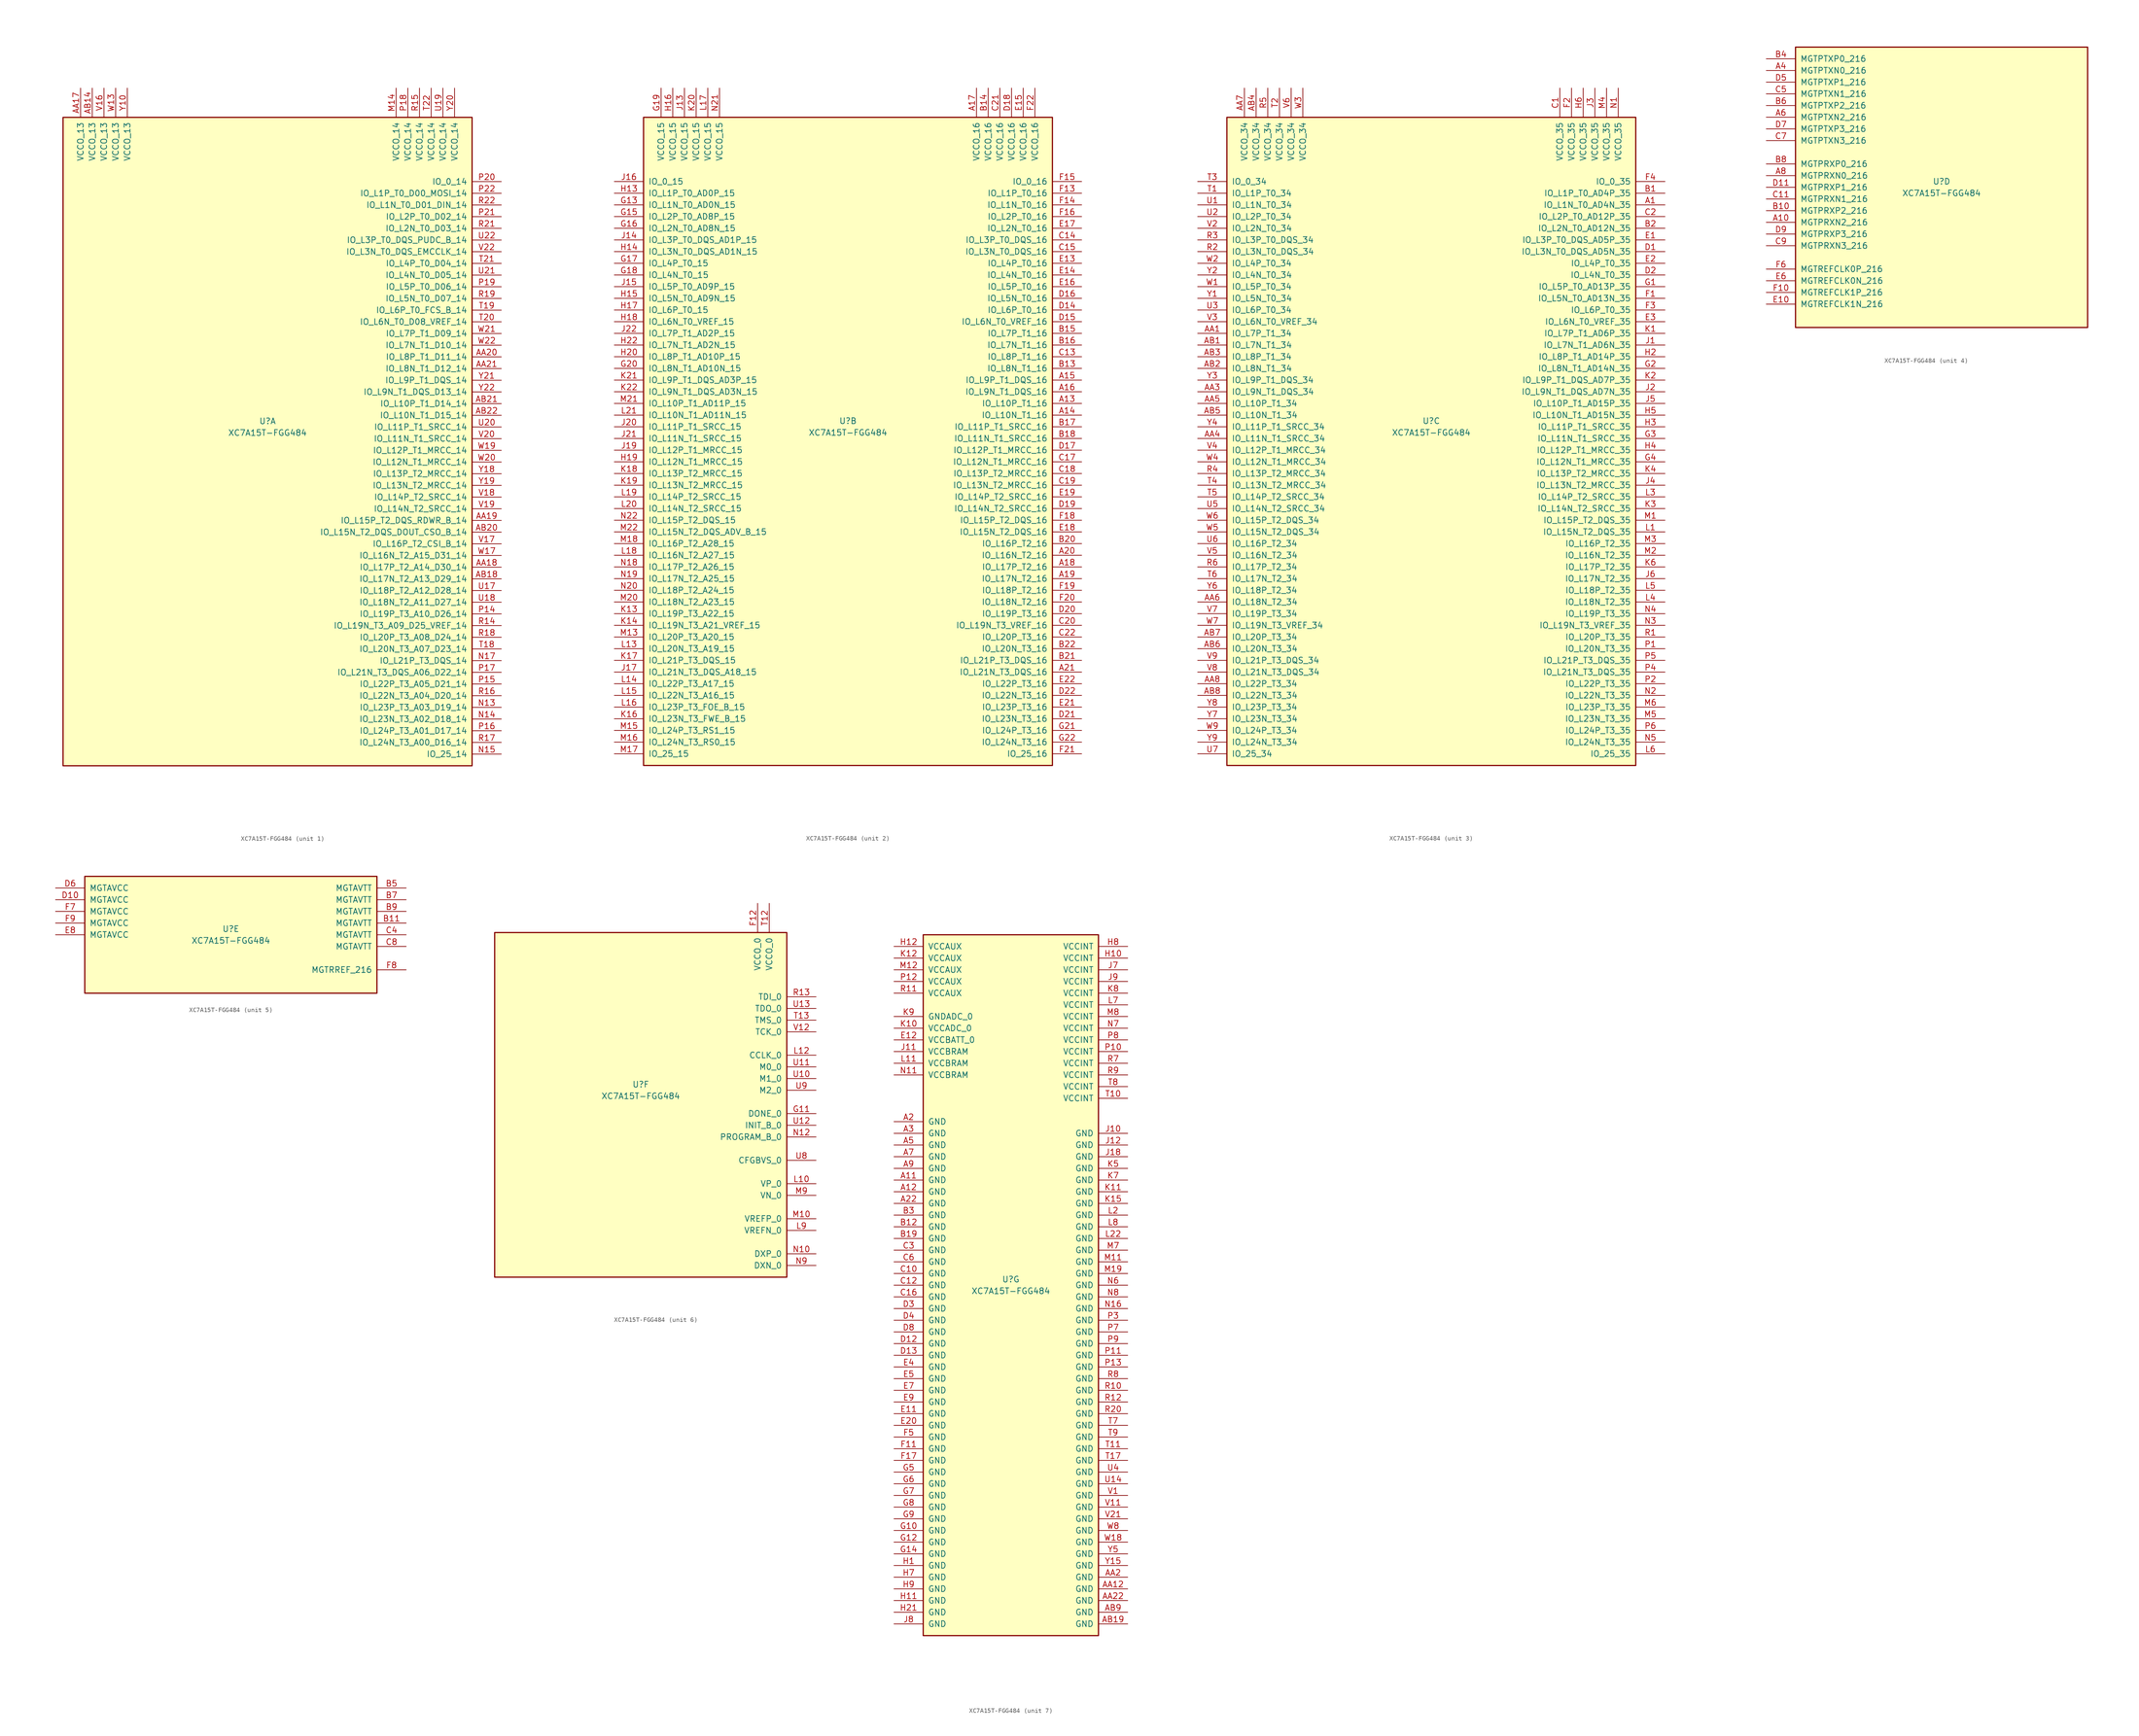
<source format=kicad_sym>
(kicad_symbol_lib
  (version 20231120)
  (generator "kicad_symbol_editor")
  (generator_version "8.0")
  (symbol "XC7A15T-FGG484"
    (pin_names
      (offset 1.016))
    (property "Reference" "U"
      (at 0 1.27 0)
      (effects (font (size 1.27 1.27))))
    (property "Value" "XC7A15T-FGG484"
      (at 0 -1.27 0)
      (effects (font (size 1.27 1.27))))
    (property "Datasheet" ""
      (at 0 0 0)
      (effects (font (size 1.27 1.27))))
    (property "ki_locked" ""
      (at 0 0 0)
      (effects (font (size 1.27 1.27))))
    (symbol "XC7A15T-FGG484_1_1"
      (rectangle (start -44.45 67.31) (end 44.45 -73.66) (stroke (width 0.254) (type default)) (fill (type background)))
      (pin power_in line (at -40.64 73.66 270) (length 6.35) (name "VCCO_13" (effects (font (size 1.27 1.27)))) (number "AA17" (effects (font (size 1.27 1.27)))))
      (pin bidirectional line (at 50.8 -30.48 180) (length 6.35) (name "IO_L17P_T2_A14_D30_14" (effects (font (size 1.27 1.27)))) (number "AA18" (effects (font (size 1.27 1.27)))))
      (pin bidirectional line (at 50.8 -20.32 180) (length 6.35) (name "IO_L15P_T2_DQS_RDWR_B_14" (effects (font (size 1.27 1.27)))) (number "AA19" (effects (font (size 1.27 1.27)))))
      (pin bidirectional line (at 50.8 15.24 180) (length 6.35) (name "IO_L8P_T1_D11_14" (effects (font (size 1.27 1.27)))) (number "AA20" (effects (font (size 1.27 1.27)))))
      (pin bidirectional line (at 50.8 12.7 180) (length 6.35) (name "IO_L8N_T1_D12_14" (effects (font (size 1.27 1.27)))) (number "AA21" (effects (font (size 1.27 1.27)))))
      (pin power_in line (at -38.1 73.66 270) (length 6.35) (name "VCCO_13" (effects (font (size 1.27 1.27)))) (number "AB14" (effects (font (size 1.27 1.27)))))
      (pin bidirectional line (at 50.8 -33.02 180) (length 6.35) (name "IO_L17N_T2_A13_D29_14" (effects (font (size 1.27 1.27)))) (number "AB18" (effects (font (size 1.27 1.27)))))
      (pin bidirectional line (at 50.8 -22.86 180) (length 6.35) (name "IO_L15N_T2_DQS_DOUT_CSO_B_14" (effects (font (size 1.27 1.27)))) (number "AB20" (effects (font (size 1.27 1.27)))))
      (pin bidirectional line (at 50.8 5.08 180) (length 6.35) (name "IO_L10P_T1_D14_14" (effects (font (size 1.27 1.27)))) (number "AB21" (effects (font (size 1.27 1.27)))))
      (pin bidirectional line (at 50.8 2.54 180) (length 6.35) (name "IO_L10N_T1_D15_14" (effects (font (size 1.27 1.27)))) (number "AB22" (effects (font (size 1.27 1.27)))))
      (pin power_in line (at 27.94 73.66 270) (length 6.35) (name "VCCO_14" (effects (font (size 1.27 1.27)))) (number "M14" (effects (font (size 1.27 1.27)))))
      (pin bidirectional line (at 50.8 -60.96 180) (length 6.35) (name "IO_L23P_T3_A03_D19_14" (effects (font (size 1.27 1.27)))) (number "N13" (effects (font (size 1.27 1.27)))))
      (pin bidirectional line (at 50.8 -63.5 180) (length 6.35) (name "IO_L23N_T3_A02_D18_14" (effects (font (size 1.27 1.27)))) (number "N14" (effects (font (size 1.27 1.27)))))
      (pin bidirectional line (at 50.8 -71.12 180) (length 6.35) (name "IO_25_14" (effects (font (size 1.27 1.27)))) (number "N15" (effects (font (size 1.27 1.27)))))
      (pin bidirectional line (at 50.8 -50.8 180) (length 6.35) (name "IO_L21P_T3_DQS_14" (effects (font (size 1.27 1.27)))) (number "N17" (effects (font (size 1.27 1.27)))))
      (pin bidirectional line (at 50.8 -40.64 180) (length 6.35) (name "IO_L19P_T3_A10_D26_14" (effects (font (size 1.27 1.27)))) (number "P14" (effects (font (size 1.27 1.27)))))
      (pin bidirectional line (at 50.8 -55.88 180) (length 6.35) (name "IO_L22P_T3_A05_D21_14" (effects (font (size 1.27 1.27)))) (number "P15" (effects (font (size 1.27 1.27)))))
      (pin bidirectional line (at 50.8 -66.04 180) (length 6.35) (name "IO_L24P_T3_A01_D17_14" (effects (font (size 1.27 1.27)))) (number "P16" (effects (font (size 1.27 1.27)))))
      (pin bidirectional line (at 50.8 -53.34 180) (length 6.35) (name "IO_L21N_T3_DQS_A06_D22_14" (effects (font (size 1.27 1.27)))) (number "P17" (effects (font (size 1.27 1.27)))))
      (pin power_in line (at 30.48 73.66 270) (length 6.35) (name "VCCO_14" (effects (font (size 1.27 1.27)))) (number "P18" (effects (font (size 1.27 1.27)))))
      (pin bidirectional line (at 50.8 30.48 180) (length 6.35) (name "IO_L5P_T0_D06_14" (effects (font (size 1.27 1.27)))) (number "P19" (effects (font (size 1.27 1.27)))))
      (pin bidirectional line (at 50.8 53.34 180) (length 6.35) (name "IO_0_14" (effects (font (size 1.27 1.27)))) (number "P20" (effects (font (size 1.27 1.27)))))
      (pin bidirectional line (at 50.8 45.72 180) (length 6.35) (name "IO_L2P_T0_D02_14" (effects (font (size 1.27 1.27)))) (number "P21" (effects (font (size 1.27 1.27)))))
      (pin bidirectional line (at 50.8 50.8 180) (length 6.35) (name "IO_L1P_T0_D00_MOSI_14" (effects (font (size 1.27 1.27)))) (number "P22" (effects (font (size 1.27 1.27)))))
      (pin bidirectional line (at 50.8 -43.18 180) (length 6.35) (name "IO_L19N_T3_A09_D25_VREF_14" (effects (font (size 1.27 1.27)))) (number "R14" (effects (font (size 1.27 1.27)))))
      (pin power_in line (at 33.02 73.66 270) (length 6.35) (name "VCCO_14" (effects (font (size 1.27 1.27)))) (number "R15" (effects (font (size 1.27 1.27)))))
      (pin bidirectional line (at 50.8 -58.42 180) (length 6.35) (name "IO_L22N_T3_A04_D20_14" (effects (font (size 1.27 1.27)))) (number "R16" (effects (font (size 1.27 1.27)))))
      (pin bidirectional line (at 50.8 -68.58 180) (length 6.35) (name "IO_L24N_T3_A00_D16_14" (effects (font (size 1.27 1.27)))) (number "R17" (effects (font (size 1.27 1.27)))))
      (pin bidirectional line (at 50.8 -45.72 180) (length 6.35) (name "IO_L20P_T3_A08_D24_14" (effects (font (size 1.27 1.27)))) (number "R18" (effects (font (size 1.27 1.27)))))
      (pin bidirectional line (at 50.8 27.94 180) (length 6.35) (name "IO_L5N_T0_D07_14" (effects (font (size 1.27 1.27)))) (number "R19" (effects (font (size 1.27 1.27)))))
      (pin bidirectional line (at 50.8 43.18 180) (length 6.35) (name "IO_L2N_T0_D03_14" (effects (font (size 1.27 1.27)))) (number "R21" (effects (font (size 1.27 1.27)))))
      (pin bidirectional line (at 50.8 48.26 180) (length 6.35) (name "IO_L1N_T0_D01_DIN_14" (effects (font (size 1.27 1.27)))) (number "R22" (effects (font (size 1.27 1.27)))))
      (pin bidirectional line (at 50.8 -48.26 180) (length 6.35) (name "IO_L20N_T3_A07_D23_14" (effects (font (size 1.27 1.27)))) (number "T18" (effects (font (size 1.27 1.27)))))
      (pin bidirectional line (at 50.8 25.4 180) (length 6.35) (name "IO_L6P_T0_FCS_B_14" (effects (font (size 1.27 1.27)))) (number "T19" (effects (font (size 1.27 1.27)))))
      (pin bidirectional line (at 50.8 22.86 180) (length 6.35) (name "IO_L6N_T0_D08_VREF_14" (effects (font (size 1.27 1.27)))) (number "T20" (effects (font (size 1.27 1.27)))))
      (pin bidirectional line (at 50.8 35.56 180) (length 6.35) (name "IO_L4P_T0_D04_14" (effects (font (size 1.27 1.27)))) (number "T21" (effects (font (size 1.27 1.27)))))
      (pin power_in line (at 35.56 73.66 270) (length 6.35) (name "VCCO_14" (effects (font (size 1.27 1.27)))) (number "T22" (effects (font (size 1.27 1.27)))))
      (pin bidirectional line (at 50.8 -35.56 180) (length 6.35) (name "IO_L18P_T2_A12_D28_14" (effects (font (size 1.27 1.27)))) (number "U17" (effects (font (size 1.27 1.27)))))
      (pin bidirectional line (at 50.8 -38.1 180) (length 6.35) (name "IO_L18N_T2_A11_D27_14" (effects (font (size 1.27 1.27)))) (number "U18" (effects (font (size 1.27 1.27)))))
      (pin power_in line (at 38.1 73.66 270) (length 6.35) (name "VCCO_14" (effects (font (size 1.27 1.27)))) (number "U19" (effects (font (size 1.27 1.27)))))
      (pin bidirectional line (at 50.8 0 180) (length 6.35) (name "IO_L11P_T1_SRCC_14" (effects (font (size 1.27 1.27)))) (number "U20" (effects (font (size 1.27 1.27)))))
      (pin bidirectional line (at 50.8 33.02 180) (length 6.35) (name "IO_L4N_T0_D05_14" (effects (font (size 1.27 1.27)))) (number "U21" (effects (font (size 1.27 1.27)))))
      (pin bidirectional line (at 50.8 40.64 180) (length 6.35) (name "IO_L3P_T0_DQS_PUDC_B_14" (effects (font (size 1.27 1.27)))) (number "U22" (effects (font (size 1.27 1.27)))))
      (pin power_in line (at -35.56 73.66 270) (length 6.35) (name "VCCO_13" (effects (font (size 1.27 1.27)))) (number "V16" (effects (font (size 1.27 1.27)))))
      (pin bidirectional line (at 50.8 -25.4 180) (length 6.35) (name "IO_L16P_T2_CSI_B_14" (effects (font (size 1.27 1.27)))) (number "V17" (effects (font (size 1.27 1.27)))))
      (pin bidirectional line (at 50.8 -15.24 180) (length 6.35) (name "IO_L14P_T2_SRCC_14" (effects (font (size 1.27 1.27)))) (number "V18" (effects (font (size 1.27 1.27)))))
      (pin bidirectional line (at 50.8 -17.78 180) (length 6.35) (name "IO_L14N_T2_SRCC_14" (effects (font (size 1.27 1.27)))) (number "V19" (effects (font (size 1.27 1.27)))))
      (pin bidirectional line (at 50.8 -2.54 180) (length 6.35) (name "IO_L11N_T1_SRCC_14" (effects (font (size 1.27 1.27)))) (number "V20" (effects (font (size 1.27 1.27)))))
      (pin bidirectional line (at 50.8 38.1 180) (length 6.35) (name "IO_L3N_T0_DQS_EMCCLK_14" (effects (font (size 1.27 1.27)))) (number "V22" (effects (font (size 1.27 1.27)))))
      (pin power_in line (at -33.02 73.66 270) (length 6.35) (name "VCCO_13" (effects (font (size 1.27 1.27)))) (number "W13" (effects (font (size 1.27 1.27)))))
      (pin bidirectional line (at 50.8 -27.94 180) (length 6.35) (name "IO_L16N_T2_A15_D31_14" (effects (font (size 1.27 1.27)))) (number "W17" (effects (font (size 1.27 1.27)))))
      (pin bidirectional line (at 50.8 -5.08 180) (length 6.35) (name "IO_L12P_T1_MRCC_14" (effects (font (size 1.27 1.27)))) (number "W19" (effects (font (size 1.27 1.27)))))
      (pin bidirectional line (at 50.8 -7.62 180) (length 6.35) (name "IO_L12N_T1_MRCC_14" (effects (font (size 1.27 1.27)))) (number "W20" (effects (font (size 1.27 1.27)))))
      (pin bidirectional line (at 50.8 20.32 180) (length 6.35) (name "IO_L7P_T1_D09_14" (effects (font (size 1.27 1.27)))) (number "W21" (effects (font (size 1.27 1.27)))))
      (pin bidirectional line (at 50.8 17.78 180) (length 6.35) (name "IO_L7N_T1_D10_14" (effects (font (size 1.27 1.27)))) (number "W22" (effects (font (size 1.27 1.27)))))
      (pin power_in line (at -30.48 73.66 270) (length 6.35) (name "VCCO_13" (effects (font (size 1.27 1.27)))) (number "Y10" (effects (font (size 1.27 1.27)))))
      (pin bidirectional line (at 50.8 -10.16 180) (length 6.35) (name "IO_L13P_T2_MRCC_14" (effects (font (size 1.27 1.27)))) (number "Y18" (effects (font (size 1.27 1.27)))))
      (pin bidirectional line (at 50.8 -12.7 180) (length 6.35) (name "IO_L13N_T2_MRCC_14" (effects (font (size 1.27 1.27)))) (number "Y19" (effects (font (size 1.27 1.27)))))
      (pin power_in line (at 40.64 73.66 270) (length 6.35) (name "VCCO_14" (effects (font (size 1.27 1.27)))) (number "Y20" (effects (font (size 1.27 1.27)))))
      (pin bidirectional line (at 50.8 10.16 180) (length 6.35) (name "IO_L9P_T1_DQS_14" (effects (font (size 1.27 1.27)))) (number "Y21" (effects (font (size 1.27 1.27)))))
      (pin bidirectional line (at 50.8 7.62 180) (length 6.35) (name "IO_L9N_T1_DQS_D13_14" (effects (font (size 1.27 1.27)))) (number "Y22" (effects (font (size 1.27 1.27))))))
    (symbol "XC7A15T-FGG484_2_1"
      (rectangle (start -44.45 67.31) (end 44.45 -73.66) (stroke (width 0.254) (type default)) (fill (type background)))
      (pin bidirectional line (at 50.8 5.08 180) (length 6.35) (name "IO_L10P_T1_16" (effects (font (size 1.27 1.27)))) (number "A13" (effects (font (size 1.27 1.27)))))
      (pin bidirectional line (at 50.8 2.54 180) (length 6.35) (name "IO_L10N_T1_16" (effects (font (size 1.27 1.27)))) (number "A14" (effects (font (size 1.27 1.27)))))
      (pin bidirectional line (at 50.8 10.16 180) (length 6.35) (name "IO_L9P_T1_DQS_16" (effects (font (size 1.27 1.27)))) (number "A15" (effects (font (size 1.27 1.27)))))
      (pin bidirectional line (at 50.8 7.62 180) (length 6.35) (name "IO_L9N_T1_DQS_16" (effects (font (size 1.27 1.27)))) (number "A16" (effects (font (size 1.27 1.27)))))
      (pin power_in line (at 27.94 73.66 270) (length 6.35) (name "VCCO_16" (effects (font (size 1.27 1.27)))) (number "A17" (effects (font (size 1.27 1.27)))))
      (pin bidirectional line (at 50.8 -30.48 180) (length 6.35) (name "IO_L17P_T2_16" (effects (font (size 1.27 1.27)))) (number "A18" (effects (font (size 1.27 1.27)))))
      (pin bidirectional line (at 50.8 -33.02 180) (length 6.35) (name "IO_L17N_T2_16" (effects (font (size 1.27 1.27)))) (number "A19" (effects (font (size 1.27 1.27)))))
      (pin bidirectional line (at 50.8 -27.94 180) (length 6.35) (name "IO_L16N_T2_16" (effects (font (size 1.27 1.27)))) (number "A20" (effects (font (size 1.27 1.27)))))
      (pin bidirectional line (at 50.8 -53.34 180) (length 6.35) (name "IO_L21N_T3_DQS_16" (effects (font (size 1.27 1.27)))) (number "A21" (effects (font (size 1.27 1.27)))))
      (pin bidirectional line (at 50.8 12.7 180) (length 6.35) (name "IO_L8N_T1_16" (effects (font (size 1.27 1.27)))) (number "B13" (effects (font (size 1.27 1.27)))))
      (pin power_in line (at 30.48 73.66 270) (length 6.35) (name "VCCO_16" (effects (font (size 1.27 1.27)))) (number "B14" (effects (font (size 1.27 1.27)))))
      (pin bidirectional line (at 50.8 20.32 180) (length 6.35) (name "IO_L7P_T1_16" (effects (font (size 1.27 1.27)))) (number "B15" (effects (font (size 1.27 1.27)))))
      (pin bidirectional line (at 50.8 17.78 180) (length 6.35) (name "IO_L7N_T1_16" (effects (font (size 1.27 1.27)))) (number "B16" (effects (font (size 1.27 1.27)))))
      (pin bidirectional line (at 50.8 0 180) (length 6.35) (name "IO_L11P_T1_SRCC_16" (effects (font (size 1.27 1.27)))) (number "B17" (effects (font (size 1.27 1.27)))))
      (pin bidirectional line (at 50.8 -2.54 180) (length 6.35) (name "IO_L11N_T1_SRCC_16" (effects (font (size 1.27 1.27)))) (number "B18" (effects (font (size 1.27 1.27)))))
      (pin bidirectional line (at 50.8 -25.4 180) (length 6.35) (name "IO_L16P_T2_16" (effects (font (size 1.27 1.27)))) (number "B20" (effects (font (size 1.27 1.27)))))
      (pin bidirectional line (at 50.8 -50.8 180) (length 6.35) (name "IO_L21P_T3_DQS_16" (effects (font (size 1.27 1.27)))) (number "B21" (effects (font (size 1.27 1.27)))))
      (pin bidirectional line (at 50.8 -48.26 180) (length 6.35) (name "IO_L20N_T3_16" (effects (font (size 1.27 1.27)))) (number "B22" (effects (font (size 1.27 1.27)))))
      (pin bidirectional line (at 50.8 15.24 180) (length 6.35) (name "IO_L8P_T1_16" (effects (font (size 1.27 1.27)))) (number "C13" (effects (font (size 1.27 1.27)))))
      (pin bidirectional line (at 50.8 40.64 180) (length 6.35) (name "IO_L3P_T0_DQS_16" (effects (font (size 1.27 1.27)))) (number "C14" (effects (font (size 1.27 1.27)))))
      (pin bidirectional line (at 50.8 38.1 180) (length 6.35) (name "IO_L3N_T0_DQS_16" (effects (font (size 1.27 1.27)))) (number "C15" (effects (font (size 1.27 1.27)))))
      (pin bidirectional line (at 50.8 -7.62 180) (length 6.35) (name "IO_L12N_T1_MRCC_16" (effects (font (size 1.27 1.27)))) (number "C17" (effects (font (size 1.27 1.27)))))
      (pin bidirectional line (at 50.8 -10.16 180) (length 6.35) (name "IO_L13P_T2_MRCC_16" (effects (font (size 1.27 1.27)))) (number "C18" (effects (font (size 1.27 1.27)))))
      (pin bidirectional line (at 50.8 -12.7 180) (length 6.35) (name "IO_L13N_T2_MRCC_16" (effects (font (size 1.27 1.27)))) (number "C19" (effects (font (size 1.27 1.27)))))
      (pin bidirectional line (at 50.8 -43.18 180) (length 6.35) (name "IO_L19N_T3_VREF_16" (effects (font (size 1.27 1.27)))) (number "C20" (effects (font (size 1.27 1.27)))))
      (pin power_in line (at 33.02 73.66 270) (length 6.35) (name "VCCO_16" (effects (font (size 1.27 1.27)))) (number "C21" (effects (font (size 1.27 1.27)))))
      (pin bidirectional line (at 50.8 -45.72 180) (length 6.35) (name "IO_L20P_T3_16" (effects (font (size 1.27 1.27)))) (number "C22" (effects (font (size 1.27 1.27)))))
      (pin bidirectional line (at 50.8 25.4 180) (length 6.35) (name "IO_L6P_T0_16" (effects (font (size 1.27 1.27)))) (number "D14" (effects (font (size 1.27 1.27)))))
      (pin bidirectional line (at 50.8 22.86 180) (length 6.35) (name "IO_L6N_T0_VREF_16" (effects (font (size 1.27 1.27)))) (number "D15" (effects (font (size 1.27 1.27)))))
      (pin bidirectional line (at 50.8 27.94 180) (length 6.35) (name "IO_L5N_T0_16" (effects (font (size 1.27 1.27)))) (number "D16" (effects (font (size 1.27 1.27)))))
      (pin bidirectional line (at 50.8 -5.08 180) (length 6.35) (name "IO_L12P_T1_MRCC_16" (effects (font (size 1.27 1.27)))) (number "D17" (effects (font (size 1.27 1.27)))))
      (pin power_in line (at 35.56 73.66 270) (length 6.35) (name "VCCO_16" (effects (font (size 1.27 1.27)))) (number "D18" (effects (font (size 1.27 1.27)))))
      (pin bidirectional line (at 50.8 -17.78 180) (length 6.35) (name "IO_L14N_T2_SRCC_16" (effects (font (size 1.27 1.27)))) (number "D19" (effects (font (size 1.27 1.27)))))
      (pin bidirectional line (at 50.8 -40.64 180) (length 6.35) (name "IO_L19P_T3_16" (effects (font (size 1.27 1.27)))) (number "D20" (effects (font (size 1.27 1.27)))))
      (pin bidirectional line (at 50.8 -63.5 180) (length 6.35) (name "IO_L23N_T3_16" (effects (font (size 1.27 1.27)))) (number "D21" (effects (font (size 1.27 1.27)))))
      (pin bidirectional line (at 50.8 -58.42 180) (length 6.35) (name "IO_L22N_T3_16" (effects (font (size 1.27 1.27)))) (number "D22" (effects (font (size 1.27 1.27)))))
      (pin bidirectional line (at 50.8 35.56 180) (length 6.35) (name "IO_L4P_T0_16" (effects (font (size 1.27 1.27)))) (number "E13" (effects (font (size 1.27 1.27)))))
      (pin bidirectional line (at 50.8 33.02 180) (length 6.35) (name "IO_L4N_T0_16" (effects (font (size 1.27 1.27)))) (number "E14" (effects (font (size 1.27 1.27)))))
      (pin power_in line (at 38.1 73.66 270) (length 6.35) (name "VCCO_16" (effects (font (size 1.27 1.27)))) (number "E15" (effects (font (size 1.27 1.27)))))
      (pin bidirectional line (at 50.8 30.48 180) (length 6.35) (name "IO_L5P_T0_16" (effects (font (size 1.27 1.27)))) (number "E16" (effects (font (size 1.27 1.27)))))
      (pin bidirectional line (at 50.8 43.18 180) (length 6.35) (name "IO_L2N_T0_16" (effects (font (size 1.27 1.27)))) (number "E17" (effects (font (size 1.27 1.27)))))
      (pin bidirectional line (at 50.8 -22.86 180) (length 6.35) (name "IO_L15N_T2_DQS_16" (effects (font (size 1.27 1.27)))) (number "E18" (effects (font (size 1.27 1.27)))))
      (pin bidirectional line (at 50.8 -15.24 180) (length 6.35) (name "IO_L14P_T2_SRCC_16" (effects (font (size 1.27 1.27)))) (number "E19" (effects (font (size 1.27 1.27)))))
      (pin bidirectional line (at 50.8 -60.96 180) (length 6.35) (name "IO_L23P_T3_16" (effects (font (size 1.27 1.27)))) (number "E21" (effects (font (size 1.27 1.27)))))
      (pin bidirectional line (at 50.8 -55.88 180) (length 6.35) (name "IO_L22P_T3_16" (effects (font (size 1.27 1.27)))) (number "E22" (effects (font (size 1.27 1.27)))))
      (pin bidirectional line (at 50.8 50.8 180) (length 6.35) (name "IO_L1P_T0_16" (effects (font (size 1.27 1.27)))) (number "F13" (effects (font (size 1.27 1.27)))))
      (pin bidirectional line (at 50.8 48.26 180) (length 6.35) (name "IO_L1N_T0_16" (effects (font (size 1.27 1.27)))) (number "F14" (effects (font (size 1.27 1.27)))))
      (pin bidirectional line (at 50.8 53.34 180) (length 6.35) (name "IO_0_16" (effects (font (size 1.27 1.27)))) (number "F15" (effects (font (size 1.27 1.27)))))
      (pin bidirectional line (at 50.8 45.72 180) (length 6.35) (name "IO_L2P_T0_16" (effects (font (size 1.27 1.27)))) (number "F16" (effects (font (size 1.27 1.27)))))
      (pin bidirectional line (at 50.8 -20.32 180) (length 6.35) (name "IO_L15P_T2_DQS_16" (effects (font (size 1.27 1.27)))) (number "F18" (effects (font (size 1.27 1.27)))))
      (pin bidirectional line (at 50.8 -35.56 180) (length 6.35) (name "IO_L18P_T2_16" (effects (font (size 1.27 1.27)))) (number "F19" (effects (font (size 1.27 1.27)))))
      (pin bidirectional line (at 50.8 -38.1 180) (length 6.35) (name "IO_L18N_T2_16" (effects (font (size 1.27 1.27)))) (number "F20" (effects (font (size 1.27 1.27)))))
      (pin bidirectional line (at 50.8 -71.12 180) (length 6.35) (name "IO_25_16" (effects (font (size 1.27 1.27)))) (number "F21" (effects (font (size 1.27 1.27)))))
      (pin power_in line (at 40.64 73.66 270) (length 6.35) (name "VCCO_16" (effects (font (size 1.27 1.27)))) (number "F22" (effects (font (size 1.27 1.27)))))
      (pin bidirectional line (at -50.8 48.26 0) (length 6.35) (name "IO_L1N_T0_AD0N_15" (effects (font (size 1.27 1.27)))) (number "G13" (effects (font (size 1.27 1.27)))))
      (pin bidirectional line (at -50.8 45.72 0) (length 6.35) (name "IO_L2P_T0_AD8P_15" (effects (font (size 1.27 1.27)))) (number "G15" (effects (font (size 1.27 1.27)))))
      (pin bidirectional line (at -50.8 43.18 0) (length 6.35) (name "IO_L2N_T0_AD8N_15" (effects (font (size 1.27 1.27)))) (number "G16" (effects (font (size 1.27 1.27)))))
      (pin bidirectional line (at -50.8 35.56 0) (length 6.35) (name "IO_L4P_T0_15" (effects (font (size 1.27 1.27)))) (number "G17" (effects (font (size 1.27 1.27)))))
      (pin bidirectional line (at -50.8 33.02 0) (length 6.35) (name "IO_L4N_T0_15" (effects (font (size 1.27 1.27)))) (number "G18" (effects (font (size 1.27 1.27)))))
      (pin power_in line (at -40.64 73.66 270) (length 6.35) (name "VCCO_15" (effects (font (size 1.27 1.27)))) (number "G19" (effects (font (size 1.27 1.27)))))
      (pin bidirectional line (at -50.8 12.7 0) (length 6.35) (name "IO_L8N_T1_AD10N_15" (effects (font (size 1.27 1.27)))) (number "G20" (effects (font (size 1.27 1.27)))))
      (pin bidirectional line (at 50.8 -66.04 180) (length 6.35) (name "IO_L24P_T3_16" (effects (font (size 1.27 1.27)))) (number "G21" (effects (font (size 1.27 1.27)))))
      (pin bidirectional line (at 50.8 -68.58 180) (length 6.35) (name "IO_L24N_T3_16" (effects (font (size 1.27 1.27)))) (number "G22" (effects (font (size 1.27 1.27)))))
      (pin bidirectional line (at -50.8 50.8 0) (length 6.35) (name "IO_L1P_T0_AD0P_15" (effects (font (size 1.27 1.27)))) (number "H13" (effects (font (size 1.27 1.27)))))
      (pin bidirectional line (at -50.8 38.1 0) (length 6.35) (name "IO_L3N_T0_DQS_AD1N_15" (effects (font (size 1.27 1.27)))) (number "H14" (effects (font (size 1.27 1.27)))))
      (pin bidirectional line (at -50.8 27.94 0) (length 6.35) (name "IO_L5N_T0_AD9N_15" (effects (font (size 1.27 1.27)))) (number "H15" (effects (font (size 1.27 1.27)))))
      (pin power_in line (at -38.1 73.66 270) (length 6.35) (name "VCCO_15" (effects (font (size 1.27 1.27)))) (number "H16" (effects (font (size 1.27 1.27)))))
      (pin bidirectional line (at -50.8 25.4 0) (length 6.35) (name "IO_L6P_T0_15" (effects (font (size 1.27 1.27)))) (number "H17" (effects (font (size 1.27 1.27)))))
      (pin bidirectional line (at -50.8 22.86 0) (length 6.35) (name "IO_L6N_T0_VREF_15" (effects (font (size 1.27 1.27)))) (number "H18" (effects (font (size 1.27 1.27)))))
      (pin bidirectional line (at -50.8 -7.62 0) (length 6.35) (name "IO_L12N_T1_MRCC_15" (effects (font (size 1.27 1.27)))) (number "H19" (effects (font (size 1.27 1.27)))))
      (pin bidirectional line (at -50.8 15.24 0) (length 6.35) (name "IO_L8P_T1_AD10P_15" (effects (font (size 1.27 1.27)))) (number "H20" (effects (font (size 1.27 1.27)))))
      (pin bidirectional line (at -50.8 17.78 0) (length 6.35) (name "IO_L7N_T1_AD2N_15" (effects (font (size 1.27 1.27)))) (number "H22" (effects (font (size 1.27 1.27)))))
      (pin power_in line (at -35.56 73.66 270) (length 6.35) (name "VCCO_15" (effects (font (size 1.27 1.27)))) (number "J13" (effects (font (size 1.27 1.27)))))
      (pin bidirectional line (at -50.8 40.64 0) (length 6.35) (name "IO_L3P_T0_DQS_AD1P_15" (effects (font (size 1.27 1.27)))) (number "J14" (effects (font (size 1.27 1.27)))))
      (pin bidirectional line (at -50.8 30.48 0) (length 6.35) (name "IO_L5P_T0_AD9P_15" (effects (font (size 1.27 1.27)))) (number "J15" (effects (font (size 1.27 1.27)))))
      (pin bidirectional line (at -50.8 53.34 0) (length 6.35) (name "IO_0_15" (effects (font (size 1.27 1.27)))) (number "J16" (effects (font (size 1.27 1.27)))))
      (pin bidirectional line (at -50.8 -53.34 0) (length 6.35) (name "IO_L21N_T3_DQS_A18_15" (effects (font (size 1.27 1.27)))) (number "J17" (effects (font (size 1.27 1.27)))))
      (pin bidirectional line (at -50.8 -5.08 0) (length 6.35) (name "IO_L12P_T1_MRCC_15" (effects (font (size 1.27 1.27)))) (number "J19" (effects (font (size 1.27 1.27)))))
      (pin bidirectional line (at -50.8 0 0) (length 6.35) (name "IO_L11P_T1_SRCC_15" (effects (font (size 1.27 1.27)))) (number "J20" (effects (font (size 1.27 1.27)))))
      (pin bidirectional line (at -50.8 -2.54 0) (length 6.35) (name "IO_L11N_T1_SRCC_15" (effects (font (size 1.27 1.27)))) (number "J21" (effects (font (size 1.27 1.27)))))
      (pin bidirectional line (at -50.8 20.32 0) (length 6.35) (name "IO_L7P_T1_AD2P_15" (effects (font (size 1.27 1.27)))) (number "J22" (effects (font (size 1.27 1.27)))))
      (pin bidirectional line (at -50.8 -40.64 0) (length 6.35) (name "IO_L19P_T3_A22_15" (effects (font (size 1.27 1.27)))) (number "K13" (effects (font (size 1.27 1.27)))))
      (pin bidirectional line (at -50.8 -43.18 0) (length 6.35) (name "IO_L19N_T3_A21_VREF_15" (effects (font (size 1.27 1.27)))) (number "K14" (effects (font (size 1.27 1.27)))))
      (pin bidirectional line (at -50.8 -63.5 0) (length 6.35) (name "IO_L23N_T3_FWE_B_15" (effects (font (size 1.27 1.27)))) (number "K16" (effects (font (size 1.27 1.27)))))
      (pin bidirectional line (at -50.8 -50.8 0) (length 6.35) (name "IO_L21P_T3_DQS_15" (effects (font (size 1.27 1.27)))) (number "K17" (effects (font (size 1.27 1.27)))))
      (pin bidirectional line (at -50.8 -10.16 0) (length 6.35) (name "IO_L13P_T2_MRCC_15" (effects (font (size 1.27 1.27)))) (number "K18" (effects (font (size 1.27 1.27)))))
      (pin bidirectional line (at -50.8 -12.7 0) (length 6.35) (name "IO_L13N_T2_MRCC_15" (effects (font (size 1.27 1.27)))) (number "K19" (effects (font (size 1.27 1.27)))))
      (pin power_in line (at -33.02 73.66 270) (length 6.35) (name "VCCO_15" (effects (font (size 1.27 1.27)))) (number "K20" (effects (font (size 1.27 1.27)))))
      (pin bidirectional line (at -50.8 10.16 0) (length 6.35) (name "IO_L9P_T1_DQS_AD3P_15" (effects (font (size 1.27 1.27)))) (number "K21" (effects (font (size 1.27 1.27)))))
      (pin bidirectional line (at -50.8 7.62 0) (length 6.35) (name "IO_L9N_T1_DQS_AD3N_15" (effects (font (size 1.27 1.27)))) (number "K22" (effects (font (size 1.27 1.27)))))
      (pin bidirectional line (at -50.8 -48.26 0) (length 6.35) (name "IO_L20N_T3_A19_15" (effects (font (size 1.27 1.27)))) (number "L13" (effects (font (size 1.27 1.27)))))
      (pin bidirectional line (at -50.8 -55.88 0) (length 6.35) (name "IO_L22P_T3_A17_15" (effects (font (size 1.27 1.27)))) (number "L14" (effects (font (size 1.27 1.27)))))
      (pin bidirectional line (at -50.8 -58.42 0) (length 6.35) (name "IO_L22N_T3_A16_15" (effects (font (size 1.27 1.27)))) (number "L15" (effects (font (size 1.27 1.27)))))
      (pin bidirectional line (at -50.8 -60.96 0) (length 6.35) (name "IO_L23P_T3_FOE_B_15" (effects (font (size 1.27 1.27)))) (number "L16" (effects (font (size 1.27 1.27)))))
      (pin power_in line (at -30.48 73.66 270) (length 6.35) (name "VCCO_15" (effects (font (size 1.27 1.27)))) (number "L17" (effects (font (size 1.27 1.27)))))
      (pin bidirectional line (at -50.8 -27.94 0) (length 6.35) (name "IO_L16N_T2_A27_15" (effects (font (size 1.27 1.27)))) (number "L18" (effects (font (size 1.27 1.27)))))
      (pin bidirectional line (at -50.8 -15.24 0) (length 6.35) (name "IO_L14P_T2_SRCC_15" (effects (font (size 1.27 1.27)))) (number "L19" (effects (font (size 1.27 1.27)))))
      (pin bidirectional line (at -50.8 -17.78 0) (length 6.35) (name "IO_L14N_T2_SRCC_15" (effects (font (size 1.27 1.27)))) (number "L20" (effects (font (size 1.27 1.27)))))
      (pin bidirectional line (at -50.8 2.54 0) (length 6.35) (name "IO_L10N_T1_AD11N_15" (effects (font (size 1.27 1.27)))) (number "L21" (effects (font (size 1.27 1.27)))))
      (pin bidirectional line (at -50.8 -45.72 0) (length 6.35) (name "IO_L20P_T3_A20_15" (effects (font (size 1.27 1.27)))) (number "M13" (effects (font (size 1.27 1.27)))))
      (pin bidirectional line (at -50.8 -66.04 0) (length 6.35) (name "IO_L24P_T3_RS1_15" (effects (font (size 1.27 1.27)))) (number "M15" (effects (font (size 1.27 1.27)))))
      (pin bidirectional line (at -50.8 -68.58 0) (length 6.35) (name "IO_L24N_T3_RS0_15" (effects (font (size 1.27 1.27)))) (number "M16" (effects (font (size 1.27 1.27)))))
      (pin bidirectional line (at -50.8 -71.12 0) (length 6.35) (name "IO_25_15" (effects (font (size 1.27 1.27)))) (number "M17" (effects (font (size 1.27 1.27)))))
      (pin bidirectional line (at -50.8 -25.4 0) (length 6.35) (name "IO_L16P_T2_A28_15" (effects (font (size 1.27 1.27)))) (number "M18" (effects (font (size 1.27 1.27)))))
      (pin bidirectional line (at -50.8 -38.1 0) (length 6.35) (name "IO_L18N_T2_A23_15" (effects (font (size 1.27 1.27)))) (number "M20" (effects (font (size 1.27 1.27)))))
      (pin bidirectional line (at -50.8 5.08 0) (length 6.35) (name "IO_L10P_T1_AD11P_15" (effects (font (size 1.27 1.27)))) (number "M21" (effects (font (size 1.27 1.27)))))
      (pin bidirectional line (at -50.8 -22.86 0) (length 6.35) (name "IO_L15N_T2_DQS_ADV_B_15" (effects (font (size 1.27 1.27)))) (number "M22" (effects (font (size 1.27 1.27)))))
      (pin bidirectional line (at -50.8 -30.48 0) (length 6.35) (name "IO_L17P_T2_A26_15" (effects (font (size 1.27 1.27)))) (number "N18" (effects (font (size 1.27 1.27)))))
      (pin bidirectional line (at -50.8 -33.02 0) (length 6.35) (name "IO_L17N_T2_A25_15" (effects (font (size 1.27 1.27)))) (number "N19" (effects (font (size 1.27 1.27)))))
      (pin bidirectional line (at -50.8 -35.56 0) (length 6.35) (name "IO_L18P_T2_A24_15" (effects (font (size 1.27 1.27)))) (number "N20" (effects (font (size 1.27 1.27)))))
      (pin power_in line (at -27.94 73.66 270) (length 6.35) (name "VCCO_15" (effects (font (size 1.27 1.27)))) (number "N21" (effects (font (size 1.27 1.27)))))
      (pin bidirectional line (at -50.8 -20.32 0) (length 6.35) (name "IO_L15P_T2_DQS_15" (effects (font (size 1.27 1.27)))) (number "N22" (effects (font (size 1.27 1.27))))))
    (symbol "XC7A15T-FGG484_3_1"
      (rectangle (start -44.45 67.31) (end 44.45 -73.66) (stroke (width 0.254) (type default)) (fill (type background)))
      (pin bidirectional line (at 50.8 48.26 180) (length 6.35) (name "IO_L1N_T0_AD4N_35" (effects (font (size 1.27 1.27)))) (number "A1" (effects (font (size 1.27 1.27)))))
      (pin bidirectional line (at -50.8 20.32 0) (length 6.35) (name "IO_L7P_T1_34" (effects (font (size 1.27 1.27)))) (number "AA1" (effects (font (size 1.27 1.27)))))
      (pin bidirectional line (at -50.8 7.62 0) (length 6.35) (name "IO_L9N_T1_DQS_34" (effects (font (size 1.27 1.27)))) (number "AA3" (effects (font (size 1.27 1.27)))))
      (pin bidirectional line (at -50.8 -2.54 0) (length 6.35) (name "IO_L11N_T1_SRCC_34" (effects (font (size 1.27 1.27)))) (number "AA4" (effects (font (size 1.27 1.27)))))
      (pin bidirectional line (at -50.8 5.08 0) (length 6.35) (name "IO_L10P_T1_34" (effects (font (size 1.27 1.27)))) (number "AA5" (effects (font (size 1.27 1.27)))))
      (pin bidirectional line (at -50.8 -38.1 0) (length 6.35) (name "IO_L18N_T2_34" (effects (font (size 1.27 1.27)))) (number "AA6" (effects (font (size 1.27 1.27)))))
      (pin power_in line (at -40.64 73.66 270) (length 6.35) (name "VCCO_34" (effects (font (size 1.27 1.27)))) (number "AA7" (effects (font (size 1.27 1.27)))))
      (pin bidirectional line (at -50.8 -55.88 0) (length 6.35) (name "IO_L22P_T3_34" (effects (font (size 1.27 1.27)))) (number "AA8" (effects (font (size 1.27 1.27)))))
      (pin bidirectional line (at -50.8 17.78 0) (length 6.35) (name "IO_L7N_T1_34" (effects (font (size 1.27 1.27)))) (number "AB1" (effects (font (size 1.27 1.27)))))
      (pin bidirectional line (at -50.8 12.7 0) (length 6.35) (name "IO_L8N_T1_34" (effects (font (size 1.27 1.27)))) (number "AB2" (effects (font (size 1.27 1.27)))))
      (pin bidirectional line (at -50.8 15.24 0) (length 6.35) (name "IO_L8P_T1_34" (effects (font (size 1.27 1.27)))) (number "AB3" (effects (font (size 1.27 1.27)))))
      (pin power_in line (at -38.1 73.66 270) (length 6.35) (name "VCCO_34" (effects (font (size 1.27 1.27)))) (number "AB4" (effects (font (size 1.27 1.27)))))
      (pin bidirectional line (at -50.8 2.54 0) (length 6.35) (name "IO_L10N_T1_34" (effects (font (size 1.27 1.27)))) (number "AB5" (effects (font (size 1.27 1.27)))))
      (pin bidirectional line (at -50.8 -48.26 0) (length 6.35) (name "IO_L20N_T3_34" (effects (font (size 1.27 1.27)))) (number "AB6" (effects (font (size 1.27 1.27)))))
      (pin bidirectional line (at -50.8 -45.72 0) (length 6.35) (name "IO_L20P_T3_34" (effects (font (size 1.27 1.27)))) (number "AB7" (effects (font (size 1.27 1.27)))))
      (pin bidirectional line (at -50.8 -58.42 0) (length 6.35) (name "IO_L22N_T3_34" (effects (font (size 1.27 1.27)))) (number "AB8" (effects (font (size 1.27 1.27)))))
      (pin bidirectional line (at 50.8 50.8 180) (length 6.35) (name "IO_L1P_T0_AD4P_35" (effects (font (size 1.27 1.27)))) (number "B1" (effects (font (size 1.27 1.27)))))
      (pin bidirectional line (at 50.8 43.18 180) (length 6.35) (name "IO_L2N_T0_AD12N_35" (effects (font (size 1.27 1.27)))) (number "B2" (effects (font (size 1.27 1.27)))))
      (pin power_in line (at 27.94 73.66 270) (length 6.35) (name "VCCO_35" (effects (font (size 1.27 1.27)))) (number "C1" (effects (font (size 1.27 1.27)))))
      (pin bidirectional line (at 50.8 45.72 180) (length 6.35) (name "IO_L2P_T0_AD12P_35" (effects (font (size 1.27 1.27)))) (number "C2" (effects (font (size 1.27 1.27)))))
      (pin bidirectional line (at 50.8 38.1 180) (length 6.35) (name "IO_L3N_T0_DQS_AD5N_35" (effects (font (size 1.27 1.27)))) (number "D1" (effects (font (size 1.27 1.27)))))
      (pin bidirectional line (at 50.8 33.02 180) (length 6.35) (name "IO_L4N_T0_35" (effects (font (size 1.27 1.27)))) (number "D2" (effects (font (size 1.27 1.27)))))
      (pin bidirectional line (at 50.8 40.64 180) (length 6.35) (name "IO_L3P_T0_DQS_AD5P_35" (effects (font (size 1.27 1.27)))) (number "E1" (effects (font (size 1.27 1.27)))))
      (pin bidirectional line (at 50.8 35.56 180) (length 6.35) (name "IO_L4P_T0_35" (effects (font (size 1.27 1.27)))) (number "E2" (effects (font (size 1.27 1.27)))))
      (pin bidirectional line (at 50.8 22.86 180) (length 6.35) (name "IO_L6N_T0_VREF_35" (effects (font (size 1.27 1.27)))) (number "E3" (effects (font (size 1.27 1.27)))))
      (pin bidirectional line (at 50.8 27.94 180) (length 6.35) (name "IO_L5N_T0_AD13N_35" (effects (font (size 1.27 1.27)))) (number "F1" (effects (font (size 1.27 1.27)))))
      (pin power_in line (at 30.48 73.66 270) (length 6.35) (name "VCCO_35" (effects (font (size 1.27 1.27)))) (number "F2" (effects (font (size 1.27 1.27)))))
      (pin bidirectional line (at 50.8 25.4 180) (length 6.35) (name "IO_L6P_T0_35" (effects (font (size 1.27 1.27)))) (number "F3" (effects (font (size 1.27 1.27)))))
      (pin bidirectional line (at 50.8 53.34 180) (length 6.35) (name "IO_0_35" (effects (font (size 1.27 1.27)))) (number "F4" (effects (font (size 1.27 1.27)))))
      (pin bidirectional line (at 50.8 30.48 180) (length 6.35) (name "IO_L5P_T0_AD13P_35" (effects (font (size 1.27 1.27)))) (number "G1" (effects (font (size 1.27 1.27)))))
      (pin bidirectional line (at 50.8 12.7 180) (length 6.35) (name "IO_L8N_T1_AD14N_35" (effects (font (size 1.27 1.27)))) (number "G2" (effects (font (size 1.27 1.27)))))
      (pin bidirectional line (at 50.8 -2.54 180) (length 6.35) (name "IO_L11N_T1_SRCC_35" (effects (font (size 1.27 1.27)))) (number "G3" (effects (font (size 1.27 1.27)))))
      (pin bidirectional line (at 50.8 -7.62 180) (length 6.35) (name "IO_L12N_T1_MRCC_35" (effects (font (size 1.27 1.27)))) (number "G4" (effects (font (size 1.27 1.27)))))
      (pin bidirectional line (at 50.8 15.24 180) (length 6.35) (name "IO_L8P_T1_AD14P_35" (effects (font (size 1.27 1.27)))) (number "H2" (effects (font (size 1.27 1.27)))))
      (pin bidirectional line (at 50.8 0 180) (length 6.35) (name "IO_L11P_T1_SRCC_35" (effects (font (size 1.27 1.27)))) (number "H3" (effects (font (size 1.27 1.27)))))
      (pin bidirectional line (at 50.8 -5.08 180) (length 6.35) (name "IO_L12P_T1_MRCC_35" (effects (font (size 1.27 1.27)))) (number "H4" (effects (font (size 1.27 1.27)))))
      (pin bidirectional line (at 50.8 2.54 180) (length 6.35) (name "IO_L10N_T1_AD15N_35" (effects (font (size 1.27 1.27)))) (number "H5" (effects (font (size 1.27 1.27)))))
      (pin power_in line (at 33.02 73.66 270) (length 6.35) (name "VCCO_35" (effects (font (size 1.27 1.27)))) (number "H6" (effects (font (size 1.27 1.27)))))
      (pin bidirectional line (at 50.8 17.78 180) (length 6.35) (name "IO_L7N_T1_AD6N_35" (effects (font (size 1.27 1.27)))) (number "J1" (effects (font (size 1.27 1.27)))))
      (pin bidirectional line (at 50.8 7.62 180) (length 6.35) (name "IO_L9N_T1_DQS_AD7N_35" (effects (font (size 1.27 1.27)))) (number "J2" (effects (font (size 1.27 1.27)))))
      (pin power_in line (at 35.56 73.66 270) (length 6.35) (name "VCCO_35" (effects (font (size 1.27 1.27)))) (number "J3" (effects (font (size 1.27 1.27)))))
      (pin bidirectional line (at 50.8 -12.7 180) (length 6.35) (name "IO_L13N_T2_MRCC_35" (effects (font (size 1.27 1.27)))) (number "J4" (effects (font (size 1.27 1.27)))))
      (pin bidirectional line (at 50.8 5.08 180) (length 6.35) (name "IO_L10P_T1_AD15P_35" (effects (font (size 1.27 1.27)))) (number "J5" (effects (font (size 1.27 1.27)))))
      (pin bidirectional line (at 50.8 -33.02 180) (length 6.35) (name "IO_L17N_T2_35" (effects (font (size 1.27 1.27)))) (number "J6" (effects (font (size 1.27 1.27)))))
      (pin bidirectional line (at 50.8 20.32 180) (length 6.35) (name "IO_L7P_T1_AD6P_35" (effects (font (size 1.27 1.27)))) (number "K1" (effects (font (size 1.27 1.27)))))
      (pin bidirectional line (at 50.8 10.16 180) (length 6.35) (name "IO_L9P_T1_DQS_AD7P_35" (effects (font (size 1.27 1.27)))) (number "K2" (effects (font (size 1.27 1.27)))))
      (pin bidirectional line (at 50.8 -17.78 180) (length 6.35) (name "IO_L14N_T2_SRCC_35" (effects (font (size 1.27 1.27)))) (number "K3" (effects (font (size 1.27 1.27)))))
      (pin bidirectional line (at 50.8 -10.16 180) (length 6.35) (name "IO_L13P_T2_MRCC_35" (effects (font (size 1.27 1.27)))) (number "K4" (effects (font (size 1.27 1.27)))))
      (pin bidirectional line (at 50.8 -30.48 180) (length 6.35) (name "IO_L17P_T2_35" (effects (font (size 1.27 1.27)))) (number "K6" (effects (font (size 1.27 1.27)))))
      (pin bidirectional line (at 50.8 -22.86 180) (length 6.35) (name "IO_L15N_T2_DQS_35" (effects (font (size 1.27 1.27)))) (number "L1" (effects (font (size 1.27 1.27)))))
      (pin bidirectional line (at 50.8 -15.24 180) (length 6.35) (name "IO_L14P_T2_SRCC_35" (effects (font (size 1.27 1.27)))) (number "L3" (effects (font (size 1.27 1.27)))))
      (pin bidirectional line (at 50.8 -38.1 180) (length 6.35) (name "IO_L18N_T2_35" (effects (font (size 1.27 1.27)))) (number "L4" (effects (font (size 1.27 1.27)))))
      (pin bidirectional line (at 50.8 -35.56 180) (length 6.35) (name "IO_L18P_T2_35" (effects (font (size 1.27 1.27)))) (number "L5" (effects (font (size 1.27 1.27)))))
      (pin bidirectional line (at 50.8 -71.12 180) (length 6.35) (name "IO_25_35" (effects (font (size 1.27 1.27)))) (number "L6" (effects (font (size 1.27 1.27)))))
      (pin bidirectional line (at 50.8 -20.32 180) (length 6.35) (name "IO_L15P_T2_DQS_35" (effects (font (size 1.27 1.27)))) (number "M1" (effects (font (size 1.27 1.27)))))
      (pin bidirectional line (at 50.8 -27.94 180) (length 6.35) (name "IO_L16N_T2_35" (effects (font (size 1.27 1.27)))) (number "M2" (effects (font (size 1.27 1.27)))))
      (pin bidirectional line (at 50.8 -25.4 180) (length 6.35) (name "IO_L16P_T2_35" (effects (font (size 1.27 1.27)))) (number "M3" (effects (font (size 1.27 1.27)))))
      (pin power_in line (at 38.1 73.66 270) (length 6.35) (name "VCCO_35" (effects (font (size 1.27 1.27)))) (number "M4" (effects (font (size 1.27 1.27)))))
      (pin bidirectional line (at 50.8 -63.5 180) (length 6.35) (name "IO_L23N_T3_35" (effects (font (size 1.27 1.27)))) (number "M5" (effects (font (size 1.27 1.27)))))
      (pin bidirectional line (at 50.8 -60.96 180) (length 6.35) (name "IO_L23P_T3_35" (effects (font (size 1.27 1.27)))) (number "M6" (effects (font (size 1.27 1.27)))))
      (pin power_in line (at 40.64 73.66 270) (length 6.35) (name "VCCO_35" (effects (font (size 1.27 1.27)))) (number "N1" (effects (font (size 1.27 1.27)))))
      (pin bidirectional line (at 50.8 -58.42 180) (length 6.35) (name "IO_L22N_T3_35" (effects (font (size 1.27 1.27)))) (number "N2" (effects (font (size 1.27 1.27)))))
      (pin bidirectional line (at 50.8 -43.18 180) (length 6.35) (name "IO_L19N_T3_VREF_35" (effects (font (size 1.27 1.27)))) (number "N3" (effects (font (size 1.27 1.27)))))
      (pin bidirectional line (at 50.8 -40.64 180) (length 6.35) (name "IO_L19P_T3_35" (effects (font (size 1.27 1.27)))) (number "N4" (effects (font (size 1.27 1.27)))))
      (pin bidirectional line (at 50.8 -68.58 180) (length 6.35) (name "IO_L24N_T3_35" (effects (font (size 1.27 1.27)))) (number "N5" (effects (font (size 1.27 1.27)))))
      (pin bidirectional line (at 50.8 -48.26 180) (length 6.35) (name "IO_L20N_T3_35" (effects (font (size 1.27 1.27)))) (number "P1" (effects (font (size 1.27 1.27)))))
      (pin bidirectional line (at 50.8 -55.88 180) (length 6.35) (name "IO_L22P_T3_35" (effects (font (size 1.27 1.27)))) (number "P2" (effects (font (size 1.27 1.27)))))
      (pin bidirectional line (at 50.8 -53.34 180) (length 6.35) (name "IO_L21N_T3_DQS_35" (effects (font (size 1.27 1.27)))) (number "P4" (effects (font (size 1.27 1.27)))))
      (pin bidirectional line (at 50.8 -50.8 180) (length 6.35) (name "IO_L21P_T3_DQS_35" (effects (font (size 1.27 1.27)))) (number "P5" (effects (font (size 1.27 1.27)))))
      (pin bidirectional line (at 50.8 -66.04 180) (length 6.35) (name "IO_L24P_T3_35" (effects (font (size 1.27 1.27)))) (number "P6" (effects (font (size 1.27 1.27)))))
      (pin bidirectional line (at 50.8 -45.72 180) (length 6.35) (name "IO_L20P_T3_35" (effects (font (size 1.27 1.27)))) (number "R1" (effects (font (size 1.27 1.27)))))
      (pin bidirectional line (at -50.8 38.1 0) (length 6.35) (name "IO_L3N_T0_DQS_34" (effects (font (size 1.27 1.27)))) (number "R2" (effects (font (size 1.27 1.27)))))
      (pin bidirectional line (at -50.8 40.64 0) (length 6.35) (name "IO_L3P_T0_DQS_34" (effects (font (size 1.27 1.27)))) (number "R3" (effects (font (size 1.27 1.27)))))
      (pin bidirectional line (at -50.8 -10.16 0) (length 6.35) (name "IO_L13P_T2_MRCC_34" (effects (font (size 1.27 1.27)))) (number "R4" (effects (font (size 1.27 1.27)))))
      (pin power_in line (at -35.56 73.66 270) (length 6.35) (name "VCCO_34" (effects (font (size 1.27 1.27)))) (number "R5" (effects (font (size 1.27 1.27)))))
      (pin bidirectional line (at -50.8 -30.48 0) (length 6.35) (name "IO_L17P_T2_34" (effects (font (size 1.27 1.27)))) (number "R6" (effects (font (size 1.27 1.27)))))
      (pin bidirectional line (at -50.8 50.8 0) (length 6.35) (name "IO_L1P_T0_34" (effects (font (size 1.27 1.27)))) (number "T1" (effects (font (size 1.27 1.27)))))
      (pin power_in line (at -33.02 73.66 270) (length 6.35) (name "VCCO_34" (effects (font (size 1.27 1.27)))) (number "T2" (effects (font (size 1.27 1.27)))))
      (pin bidirectional line (at -50.8 53.34 0) (length 6.35) (name "IO_0_34" (effects (font (size 1.27 1.27)))) (number "T3" (effects (font (size 1.27 1.27)))))
      (pin bidirectional line (at -50.8 -12.7 0) (length 6.35) (name "IO_L13N_T2_MRCC_34" (effects (font (size 1.27 1.27)))) (number "T4" (effects (font (size 1.27 1.27)))))
      (pin bidirectional line (at -50.8 -15.24 0) (length 6.35) (name "IO_L14P_T2_SRCC_34" (effects (font (size 1.27 1.27)))) (number "T5" (effects (font (size 1.27 1.27)))))
      (pin bidirectional line (at -50.8 -33.02 0) (length 6.35) (name "IO_L17N_T2_34" (effects (font (size 1.27 1.27)))) (number "T6" (effects (font (size 1.27 1.27)))))
      (pin bidirectional line (at -50.8 48.26 0) (length 6.35) (name "IO_L1N_T0_34" (effects (font (size 1.27 1.27)))) (number "U1" (effects (font (size 1.27 1.27)))))
      (pin bidirectional line (at -50.8 45.72 0) (length 6.35) (name "IO_L2P_T0_34" (effects (font (size 1.27 1.27)))) (number "U2" (effects (font (size 1.27 1.27)))))
      (pin bidirectional line (at -50.8 25.4 0) (length 6.35) (name "IO_L6P_T0_34" (effects (font (size 1.27 1.27)))) (number "U3" (effects (font (size 1.27 1.27)))))
      (pin bidirectional line (at -50.8 -17.78 0) (length 6.35) (name "IO_L14N_T2_SRCC_34" (effects (font (size 1.27 1.27)))) (number "U5" (effects (font (size 1.27 1.27)))))
      (pin bidirectional line (at -50.8 -25.4 0) (length 6.35) (name "IO_L16P_T2_34" (effects (font (size 1.27 1.27)))) (number "U6" (effects (font (size 1.27 1.27)))))
      (pin bidirectional line (at -50.8 -71.12 0) (length 6.35) (name "IO_25_34" (effects (font (size 1.27 1.27)))) (number "U7" (effects (font (size 1.27 1.27)))))
      (pin bidirectional line (at -50.8 43.18 0) (length 6.35) (name "IO_L2N_T0_34" (effects (font (size 1.27 1.27)))) (number "V2" (effects (font (size 1.27 1.27)))))
      (pin bidirectional line (at -50.8 22.86 0) (length 6.35) (name "IO_L6N_T0_VREF_34" (effects (font (size 1.27 1.27)))) (number "V3" (effects (font (size 1.27 1.27)))))
      (pin bidirectional line (at -50.8 -5.08 0) (length 6.35) (name "IO_L12P_T1_MRCC_34" (effects (font (size 1.27 1.27)))) (number "V4" (effects (font (size 1.27 1.27)))))
      (pin bidirectional line (at -50.8 -27.94 0) (length 6.35) (name "IO_L16N_T2_34" (effects (font (size 1.27 1.27)))) (number "V5" (effects (font (size 1.27 1.27)))))
      (pin power_in line (at -30.48 73.66 270) (length 6.35) (name "VCCO_34" (effects (font (size 1.27 1.27)))) (number "V6" (effects (font (size 1.27 1.27)))))
      (pin bidirectional line (at -50.8 -40.64 0) (length 6.35) (name "IO_L19P_T3_34" (effects (font (size 1.27 1.27)))) (number "V7" (effects (font (size 1.27 1.27)))))
      (pin bidirectional line (at -50.8 -53.34 0) (length 6.35) (name "IO_L21N_T3_DQS_34" (effects (font (size 1.27 1.27)))) (number "V8" (effects (font (size 1.27 1.27)))))
      (pin bidirectional line (at -50.8 -50.8 0) (length 6.35) (name "IO_L21P_T3_DQS_34" (effects (font (size 1.27 1.27)))) (number "V9" (effects (font (size 1.27 1.27)))))
      (pin bidirectional line (at -50.8 30.48 0) (length 6.35) (name "IO_L5P_T0_34" (effects (font (size 1.27 1.27)))) (number "W1" (effects (font (size 1.27 1.27)))))
      (pin bidirectional line (at -50.8 35.56 0) (length 6.35) (name "IO_L4P_T0_34" (effects (font (size 1.27 1.27)))) (number "W2" (effects (font (size 1.27 1.27)))))
      (pin power_in line (at -27.94 73.66 270) (length 6.35) (name "VCCO_34" (effects (font (size 1.27 1.27)))) (number "W3" (effects (font (size 1.27 1.27)))))
      (pin bidirectional line (at -50.8 -7.62 0) (length 6.35) (name "IO_L12N_T1_MRCC_34" (effects (font (size 1.27 1.27)))) (number "W4" (effects (font (size 1.27 1.27)))))
      (pin bidirectional line (at -50.8 -22.86 0) (length 6.35) (name "IO_L15N_T2_DQS_34" (effects (font (size 1.27 1.27)))) (number "W5" (effects (font (size 1.27 1.27)))))
      (pin bidirectional line (at -50.8 -20.32 0) (length 6.35) (name "IO_L15P_T2_DQS_34" (effects (font (size 1.27 1.27)))) (number "W6" (effects (font (size 1.27 1.27)))))
      (pin bidirectional line (at -50.8 -43.18 0) (length 6.35) (name "IO_L19N_T3_VREF_34" (effects (font (size 1.27 1.27)))) (number "W7" (effects (font (size 1.27 1.27)))))
      (pin bidirectional line (at -50.8 -66.04 0) (length 6.35) (name "IO_L24P_T3_34" (effects (font (size 1.27 1.27)))) (number "W9" (effects (font (size 1.27 1.27)))))
      (pin bidirectional line (at -50.8 27.94 0) (length 6.35) (name "IO_L5N_T0_34" (effects (font (size 1.27 1.27)))) (number "Y1" (effects (font (size 1.27 1.27)))))
      (pin bidirectional line (at -50.8 33.02 0) (length 6.35) (name "IO_L4N_T0_34" (effects (font (size 1.27 1.27)))) (number "Y2" (effects (font (size 1.27 1.27)))))
      (pin bidirectional line (at -50.8 10.16 0) (length 6.35) (name "IO_L9P_T1_DQS_34" (effects (font (size 1.27 1.27)))) (number "Y3" (effects (font (size 1.27 1.27)))))
      (pin bidirectional line (at -50.8 0 0) (length 6.35) (name "IO_L11P_T1_SRCC_34" (effects (font (size 1.27 1.27)))) (number "Y4" (effects (font (size 1.27 1.27)))))
      (pin bidirectional line (at -50.8 -35.56 0) (length 6.35) (name "IO_L18P_T2_34" (effects (font (size 1.27 1.27)))) (number "Y6" (effects (font (size 1.27 1.27)))))
      (pin bidirectional line (at -50.8 -63.5 0) (length 6.35) (name "IO_L23N_T3_34" (effects (font (size 1.27 1.27)))) (number "Y7" (effects (font (size 1.27 1.27)))))
      (pin bidirectional line (at -50.8 -60.96 0) (length 6.35) (name "IO_L23P_T3_34" (effects (font (size 1.27 1.27)))) (number "Y8" (effects (font (size 1.27 1.27)))))
      (pin bidirectional line (at -50.8 -68.58 0) (length 6.35) (name "IO_L24N_T3_34" (effects (font (size 1.27 1.27)))) (number "Y9" (effects (font (size 1.27 1.27))))))
    (symbol "XC7A15T-FGG484_4_1"
      (rectangle (start -31.75 30.48) (end 31.75 -30.48) (stroke (width 0.254) (type default)) (fill (type background)))
      (pin bidirectional line (at -38.1 -7.62 0) (length 6.35) (name "MGTPRXN2_216" (effects (font (size 1.27 1.27)))) (number "A10" (effects (font (size 1.27 1.27)))))
      (pin bidirectional line (at -38.1 25.4 0) (length 6.35) (name "MGTPTXN0_216" (effects (font (size 1.27 1.27)))) (number "A4" (effects (font (size 1.27 1.27)))))
      (pin bidirectional line (at -38.1 15.24 0) (length 6.35) (name "MGTPTXN2_216" (effects (font (size 1.27 1.27)))) (number "A6" (effects (font (size 1.27 1.27)))))
      (pin bidirectional line (at -38.1 2.54 0) (length 6.35) (name "MGTPRXN0_216" (effects (font (size 1.27 1.27)))) (number "A8" (effects (font (size 1.27 1.27)))))
      (pin bidirectional line (at -38.1 -5.08 0) (length 6.35) (name "MGTPRXP2_216" (effects (font (size 1.27 1.27)))) (number "B10" (effects (font (size 1.27 1.27)))))
      (pin bidirectional line (at -38.1 27.94 0) (length 6.35) (name "MGTPTXP0_216" (effects (font (size 1.27 1.27)))) (number "B4" (effects (font (size 1.27 1.27)))))
      (pin bidirectional line (at -38.1 17.78 0) (length 6.35) (name "MGTPTXP2_216" (effects (font (size 1.27 1.27)))) (number "B6" (effects (font (size 1.27 1.27)))))
      (pin bidirectional line (at -38.1 5.08 0) (length 6.35) (name "MGTPRXP0_216" (effects (font (size 1.27 1.27)))) (number "B8" (effects (font (size 1.27 1.27)))))
      (pin bidirectional line (at -38.1 -2.54 0) (length 6.35) (name "MGTPRXN1_216" (effects (font (size 1.27 1.27)))) (number "C11" (effects (font (size 1.27 1.27)))))
      (pin bidirectional line (at -38.1 20.32 0) (length 6.35) (name "MGTPTXN1_216" (effects (font (size 1.27 1.27)))) (number "C5" (effects (font (size 1.27 1.27)))))
      (pin bidirectional line (at -38.1 10.16 0) (length 6.35) (name "MGTPTXN3_216" (effects (font (size 1.27 1.27)))) (number "C7" (effects (font (size 1.27 1.27)))))
      (pin bidirectional line (at -38.1 -12.7 0) (length 6.35) (name "MGTPRXN3_216" (effects (font (size 1.27 1.27)))) (number "C9" (effects (font (size 1.27 1.27)))))
      (pin bidirectional line (at -38.1 0 0) (length 6.35) (name "MGTPRXP1_216" (effects (font (size 1.27 1.27)))) (number "D11" (effects (font (size 1.27 1.27)))))
      (pin bidirectional line (at -38.1 22.86 0) (length 6.35) (name "MGTPTXP1_216" (effects (font (size 1.27 1.27)))) (number "D5" (effects (font (size 1.27 1.27)))))
      (pin bidirectional line (at -38.1 12.7 0) (length 6.35) (name "MGTPTXP3_216" (effects (font (size 1.27 1.27)))) (number "D7" (effects (font (size 1.27 1.27)))))
      (pin bidirectional line (at -38.1 -10.16 0) (length 6.35) (name "MGTPRXP3_216" (effects (font (size 1.27 1.27)))) (number "D9" (effects (font (size 1.27 1.27)))))
      (pin bidirectional line (at -38.1 -25.4 0) (length 6.35) (name "MGTREFCLK1N_216" (effects (font (size 1.27 1.27)))) (number "E10" (effects (font (size 1.27 1.27)))))
      (pin bidirectional line (at -38.1 -20.32 0) (length 6.35) (name "MGTREFCLK0N_216" (effects (font (size 1.27 1.27)))) (number "E6" (effects (font (size 1.27 1.27)))))
      (pin bidirectional line (at -38.1 -22.86 0) (length 6.35) (name "MGTREFCLK1P_216" (effects (font (size 1.27 1.27)))) (number "F10" (effects (font (size 1.27 1.27)))))
      (pin bidirectional line (at -38.1 -17.78 0) (length 6.35) (name "MGTREFCLK0P_216" (effects (font (size 1.27 1.27)))) (number "F6" (effects (font (size 1.27 1.27))))))
    (symbol "XC7A15T-FGG484_5_1"
      (rectangle (start -31.75 12.7) (end 31.75 -12.7) (stroke (width 0.254) (type default)) (fill (type background)))
      (pin power_in line (at 38.1 2.54 180) (length 6.35) (name "MGTAVTT" (effects (font (size 1.27 1.27)))) (number "B11" (effects (font (size 1.27 1.27)))))
      (pin power_in line (at 38.1 10.16 180) (length 6.35) (name "MGTAVTT" (effects (font (size 1.27 1.27)))) (number "B5" (effects (font (size 1.27 1.27)))))
      (pin power_in line (at 38.1 7.62 180) (length 6.35) (name "MGTAVTT" (effects (font (size 1.27 1.27)))) (number "B7" (effects (font (size 1.27 1.27)))))
      (pin power_in line (at 38.1 5.08 180) (length 6.35) (name "MGTAVTT" (effects (font (size 1.27 1.27)))) (number "B9" (effects (font (size 1.27 1.27)))))
      (pin power_in line (at 38.1 0 180) (length 6.35) (name "MGTAVTT" (effects (font (size 1.27 1.27)))) (number "C4" (effects (font (size 1.27 1.27)))))
      (pin power_in line (at 38.1 -2.54 180) (length 6.35) (name "MGTAVTT" (effects (font (size 1.27 1.27)))) (number "C8" (effects (font (size 1.27 1.27)))))
      (pin power_in line (at -38.1 7.62 0) (length 6.35) (name "MGTAVCC" (effects (font (size 1.27 1.27)))) (number "D10" (effects (font (size 1.27 1.27)))))
      (pin power_in line (at -38.1 10.16 0) (length 6.35) (name "MGTAVCC" (effects (font (size 1.27 1.27)))) (number "D6" (effects (font (size 1.27 1.27)))))
      (pin power_in line (at -38.1 0 0) (length 6.35) (name "MGTAVCC" (effects (font (size 1.27 1.27)))) (number "E8" (effects (font (size 1.27 1.27)))))
      (pin power_in line (at -38.1 5.08 0) (length 6.35) (name "MGTAVCC" (effects (font (size 1.27 1.27)))) (number "F7" (effects (font (size 1.27 1.27)))))
      (pin power_in line (at 38.1 -7.62 180) (length 6.35) (name "MGTRREF_216" (effects (font (size 1.27 1.27)))) (number "F8" (effects (font (size 1.27 1.27)))))
      (pin power_in line (at -38.1 2.54 0) (length 6.35) (name "MGTAVCC" (effects (font (size 1.27 1.27)))) (number "F9" (effects (font (size 1.27 1.27))))))
    (symbol "XC7A15T-FGG484_6_1"
      (rectangle (start -31.75 34.29) (end 31.75 -40.64) (stroke (width 0.254) (type default)) (fill (type background)))
      (pin power_in line (at 25.4 40.64 270) (length 6.35) (name "VCCO_0" (effects (font (size 1.27 1.27)))) (number "F12" (effects (font (size 1.27 1.27)))))
      (pin bidirectional line (at 38.1 -5.08 180) (length 6.35) (name "DONE_0" (effects (font (size 1.27 1.27)))) (number "G11" (effects (font (size 1.27 1.27)))))
      (pin bidirectional line (at 38.1 -20.32 180) (length 6.35) (name "VP_0" (effects (font (size 1.27 1.27)))) (number "L10" (effects (font (size 1.27 1.27)))))
      (pin bidirectional line (at 38.1 7.62 180) (length 6.35) (name "CCLK_0" (effects (font (size 1.27 1.27)))) (number "L12" (effects (font (size 1.27 1.27)))))
      (pin bidirectional line (at 38.1 -30.48 180) (length 6.35) (name "VREFN_0" (effects (font (size 1.27 1.27)))) (number "L9" (effects (font (size 1.27 1.27)))))
      (pin bidirectional line (at 38.1 -27.94 180) (length 6.35) (name "VREFP_0" (effects (font (size 1.27 1.27)))) (number "M10" (effects (font (size 1.27 1.27)))))
      (pin bidirectional line (at 38.1 -22.86 180) (length 6.35) (name "VN_0" (effects (font (size 1.27 1.27)))) (number "M9" (effects (font (size 1.27 1.27)))))
      (pin bidirectional line (at 38.1 -35.56 180) (length 6.35) (name "DXP_0" (effects (font (size 1.27 1.27)))) (number "N10" (effects (font (size 1.27 1.27)))))
      (pin bidirectional line (at 38.1 -10.16 180) (length 6.35) (name "PROGRAM_B_0" (effects (font (size 1.27 1.27)))) (number "N12" (effects (font (size 1.27 1.27)))))
      (pin bidirectional line (at 38.1 -38.1 180) (length 6.35) (name "DXN_0" (effects (font (size 1.27 1.27)))) (number "N9" (effects (font (size 1.27 1.27)))))
      (pin bidirectional line (at 38.1 20.32 180) (length 6.35) (name "TDI_0" (effects (font (size 1.27 1.27)))) (number "R13" (effects (font (size 1.27 1.27)))))
      (pin power_in line (at 27.94 40.64 270) (length 6.35) (name "VCCO_0" (effects (font (size 1.27 1.27)))) (number "T12" (effects (font (size 1.27 1.27)))))
      (pin bidirectional line (at 38.1 15.24 180) (length 6.35) (name "TMS_0" (effects (font (size 1.27 1.27)))) (number "T13" (effects (font (size 1.27 1.27)))))
      (pin bidirectional line (at 38.1 2.54 180) (length 6.35) (name "M1_0" (effects (font (size 1.27 1.27)))) (number "U10" (effects (font (size 1.27 1.27)))))
      (pin bidirectional line (at 38.1 5.08 180) (length 6.35) (name "M0_0" (effects (font (size 1.27 1.27)))) (number "U11" (effects (font (size 1.27 1.27)))))
      (pin bidirectional line (at 38.1 -7.62 180) (length 6.35) (name "INIT_B_0" (effects (font (size 1.27 1.27)))) (number "U12" (effects (font (size 1.27 1.27)))))
      (pin bidirectional line (at 38.1 17.78 180) (length 6.35) (name "TDO_0" (effects (font (size 1.27 1.27)))) (number "U13" (effects (font (size 1.27 1.27)))))
      (pin bidirectional line (at 38.1 -15.24 180) (length 6.35) (name "CFGBVS_0" (effects (font (size 1.27 1.27)))) (number "U8" (effects (font (size 1.27 1.27)))))
      (pin bidirectional line (at 38.1 0 180) (length 6.35) (name "M2_0" (effects (font (size 1.27 1.27)))) (number "U9" (effects (font (size 1.27 1.27)))))
      (pin bidirectional line (at 38.1 12.7 180) (length 6.35) (name "TCK_0" (effects (font (size 1.27 1.27)))) (number "V12" (effects (font (size 1.27 1.27))))))
    (symbol "XC7A15T-FGG484_7_1"
      (rectangle (start -19.05 76.2) (end 19.05 -76.2) (stroke (width 0.254) (type default)) (fill (type background)))
      (pin power_in line (at -25.4 22.86 0) (length 6.35) (name "GND" (effects (font (size 1.27 1.27)))) (number "A11" (effects (font (size 1.27 1.27)))))
      (pin power_in line (at -25.4 20.32 0) (length 6.35) (name "GND" (effects (font (size 1.27 1.27)))) (number "A12" (effects (font (size 1.27 1.27)))))
      (pin power_in line (at -25.4 35.56 0) (length 6.35) (name "GND" (effects (font (size 1.27 1.27)))) (number "A2" (effects (font (size 1.27 1.27)))))
      (pin power_in line (at -25.4 17.78 0) (length 6.35) (name "GND" (effects (font (size 1.27 1.27)))) (number "A22" (effects (font (size 1.27 1.27)))))
      (pin power_in line (at -25.4 33.02 0) (length 6.35) (name "GND" (effects (font (size 1.27 1.27)))) (number "A3" (effects (font (size 1.27 1.27)))))
      (pin power_in line (at -25.4 30.48 0) (length 6.35) (name "GND" (effects (font (size 1.27 1.27)))) (number "A5" (effects (font (size 1.27 1.27)))))
      (pin power_in line (at -25.4 27.94 0) (length 6.35) (name "GND" (effects (font (size 1.27 1.27)))) (number "A7" (effects (font (size 1.27 1.27)))))
      (pin power_in line (at -25.4 25.4 0) (length 6.35) (name "GND" (effects (font (size 1.27 1.27)))) (number "A9" (effects (font (size 1.27 1.27)))))
      (pin power_in line (at 25.4 -66.04 180) (length 6.35) (name "GND" (effects (font (size 1.27 1.27)))) (number "AA12" (effects (font (size 1.27 1.27)))))
      (pin power_in line (at 25.4 -63.5 180) (length 6.35) (name "GND" (effects (font (size 1.27 1.27)))) (number "AA2" (effects (font (size 1.27 1.27)))))
      (pin power_in line (at 25.4 -68.58 180) (length 6.35) (name "GND" (effects (font (size 1.27 1.27)))) (number "AA22" (effects (font (size 1.27 1.27)))))
      (pin power_in line (at 25.4 -73.66 180) (length 6.35) (name "GND" (effects (font (size 1.27 1.27)))) (number "AB19" (effects (font (size 1.27 1.27)))))
      (pin power_in line (at 25.4 -71.12 180) (length 6.35) (name "GND" (effects (font (size 1.27 1.27)))) (number "AB9" (effects (font (size 1.27 1.27)))))
      (pin power_in line (at -25.4 12.7 0) (length 6.35) (name "GND" (effects (font (size 1.27 1.27)))) (number "B12" (effects (font (size 1.27 1.27)))))
      (pin power_in line (at -25.4 10.16 0) (length 6.35) (name "GND" (effects (font (size 1.27 1.27)))) (number "B19" (effects (font (size 1.27 1.27)))))
      (pin power_in line (at -25.4 15.24 0) (length 6.35) (name "GND" (effects (font (size 1.27 1.27)))) (number "B3" (effects (font (size 1.27 1.27)))))
      (pin power_in line (at -25.4 2.54 0) (length 6.35) (name "GND" (effects (font (size 1.27 1.27)))) (number "C10" (effects (font (size 1.27 1.27)))))
      (pin power_in line (at -25.4 0 0) (length 6.35) (name "GND" (effects (font (size 1.27 1.27)))) (number "C12" (effects (font (size 1.27 1.27)))))
      (pin power_in line (at -25.4 -2.54 0) (length 6.35) (name "GND" (effects (font (size 1.27 1.27)))) (number "C16" (effects (font (size 1.27 1.27)))))
      (pin power_in line (at -25.4 7.62 0) (length 6.35) (name "GND" (effects (font (size 1.27 1.27)))) (number "C3" (effects (font (size 1.27 1.27)))))
      (pin power_in line (at -25.4 5.08 0) (length 6.35) (name "GND" (effects (font (size 1.27 1.27)))) (number "C6" (effects (font (size 1.27 1.27)))))
      (pin power_in line (at -25.4 -12.7 0) (length 6.35) (name "GND" (effects (font (size 1.27 1.27)))) (number "D12" (effects (font (size 1.27 1.27)))))
      (pin power_in line (at -25.4 -15.24 0) (length 6.35) (name "GND" (effects (font (size 1.27 1.27)))) (number "D13" (effects (font (size 1.27 1.27)))))
      (pin power_in line (at -25.4 -5.08 0) (length 6.35) (name "GND" (effects (font (size 1.27 1.27)))) (number "D3" (effects (font (size 1.27 1.27)))))
      (pin power_in line (at -25.4 -7.62 0) (length 6.35) (name "GND" (effects (font (size 1.27 1.27)))) (number "D4" (effects (font (size 1.27 1.27)))))
      (pin power_in line (at -25.4 -10.16 0) (length 6.35) (name "GND" (effects (font (size 1.27 1.27)))) (number "D8" (effects (font (size 1.27 1.27)))))
      (pin power_in line (at -25.4 -27.94 0) (length 6.35) (name "GND" (effects (font (size 1.27 1.27)))) (number "E11" (effects (font (size 1.27 1.27)))))
      (pin power_in line (at -25.4 53.34 0) (length 6.35) (name "VCCBATT_0" (effects (font (size 1.27 1.27)))) (number "E12" (effects (font (size 1.27 1.27)))))
      (pin power_in line (at -25.4 -30.48 0) (length 6.35) (name "GND" (effects (font (size 1.27 1.27)))) (number "E20" (effects (font (size 1.27 1.27)))))
      (pin power_in line (at -25.4 -17.78 0) (length 6.35) (name "GND" (effects (font (size 1.27 1.27)))) (number "E4" (effects (font (size 1.27 1.27)))))
      (pin power_in line (at -25.4 -20.32 0) (length 6.35) (name "GND" (effects (font (size 1.27 1.27)))) (number "E5" (effects (font (size 1.27 1.27)))))
      (pin power_in line (at -25.4 -22.86 0) (length 6.35) (name "GND" (effects (font (size 1.27 1.27)))) (number "E7" (effects (font (size 1.27 1.27)))))
      (pin power_in line (at -25.4 -25.4 0) (length 6.35) (name "GND" (effects (font (size 1.27 1.27)))) (number "E9" (effects (font (size 1.27 1.27)))))
      (pin power_in line (at -25.4 -35.56 0) (length 6.35) (name "GND" (effects (font (size 1.27 1.27)))) (number "F11" (effects (font (size 1.27 1.27)))))
      (pin power_in line (at -25.4 -38.1 0) (length 6.35) (name "GND" (effects (font (size 1.27 1.27)))) (number "F17" (effects (font (size 1.27 1.27)))))
      (pin power_in line (at -25.4 -33.02 0) (length 6.35) (name "GND" (effects (font (size 1.27 1.27)))) (number "F5" (effects (font (size 1.27 1.27)))))
      (pin power_in line (at -25.4 -53.34 0) (length 6.35) (name "GND" (effects (font (size 1.27 1.27)))) (number "G10" (effects (font (size 1.27 1.27)))))
      (pin power_in line (at -25.4 -55.88 0) (length 6.35) (name "GND" (effects (font (size 1.27 1.27)))) (number "G12" (effects (font (size 1.27 1.27)))))
      (pin power_in line (at -25.4 -58.42 0) (length 6.35) (name "GND" (effects (font (size 1.27 1.27)))) (number "G14" (effects (font (size 1.27 1.27)))))
      (pin power_in line (at -25.4 -40.64 0) (length 6.35) (name "GND" (effects (font (size 1.27 1.27)))) (number "G5" (effects (font (size 1.27 1.27)))))
      (pin power_in line (at -25.4 -43.18 0) (length 6.35) (name "GND" (effects (font (size 1.27 1.27)))) (number "G6" (effects (font (size 1.27 1.27)))))
      (pin power_in line (at -25.4 -45.72 0) (length 6.35) (name "GND" (effects (font (size 1.27 1.27)))) (number "G7" (effects (font (size 1.27 1.27)))))
      (pin power_in line (at -25.4 -48.26 0) (length 6.35) (name "GND" (effects (font (size 1.27 1.27)))) (number "G8" (effects (font (size 1.27 1.27)))))
      (pin power_in line (at -25.4 -50.8 0) (length 6.35) (name "GND" (effects (font (size 1.27 1.27)))) (number "G9" (effects (font (size 1.27 1.27)))))
      (pin power_in line (at -25.4 -60.96 0) (length 6.35) (name "GND" (effects (font (size 1.27 1.27)))) (number "H1" (effects (font (size 1.27 1.27)))))
      (pin power_in line (at 25.4 71.12 180) (length 6.35) (name "VCCINT" (effects (font (size 1.27 1.27)))) (number "H10" (effects (font (size 1.27 1.27)))))
      (pin power_in line (at -25.4 -68.58 0) (length 6.35) (name "GND" (effects (font (size 1.27 1.27)))) (number "H11" (effects (font (size 1.27 1.27)))))
      (pin power_in line (at -25.4 73.66 0) (length 6.35) (name "VCCAUX" (effects (font (size 1.27 1.27)))) (number "H12" (effects (font (size 1.27 1.27)))))
      (pin power_in line (at -25.4 -71.12 0) (length 6.35) (name "GND" (effects (font (size 1.27 1.27)))) (number "H21" (effects (font (size 1.27 1.27)))))
      (pin power_in line (at -25.4 -63.5 0) (length 6.35) (name "GND" (effects (font (size 1.27 1.27)))) (number "H7" (effects (font (size 1.27 1.27)))))
      (pin power_in line (at 25.4 73.66 180) (length 6.35) (name "VCCINT" (effects (font (size 1.27 1.27)))) (number "H8" (effects (font (size 1.27 1.27)))))
      (pin power_in line (at -25.4 -66.04 0) (length 6.35) (name "GND" (effects (font (size 1.27 1.27)))) (number "H9" (effects (font (size 1.27 1.27)))))
      (pin power_in line (at 25.4 33.02 180) (length 6.35) (name "GND" (effects (font (size 1.27 1.27)))) (number "J10" (effects (font (size 1.27 1.27)))))
      (pin power_in line (at -25.4 50.8 0) (length 6.35) (name "VCCBRAM" (effects (font (size 1.27 1.27)))) (number "J11" (effects (font (size 1.27 1.27)))))
      (pin power_in line (at 25.4 30.48 180) (length 6.35) (name "GND" (effects (font (size 1.27 1.27)))) (number "J12" (effects (font (size 1.27 1.27)))))
      (pin power_in line (at 25.4 27.94 180) (length 6.35) (name "GND" (effects (font (size 1.27 1.27)))) (number "J18" (effects (font (size 1.27 1.27)))))
      (pin power_in line (at 25.4 68.58 180) (length 6.35) (name "VCCINT" (effects (font (size 1.27 1.27)))) (number "J7" (effects (font (size 1.27 1.27)))))
      (pin power_in line (at -25.4 -73.66 0) (length 6.35) (name "GND" (effects (font (size 1.27 1.27)))) (number "J8" (effects (font (size 1.27 1.27)))))
      (pin power_in line (at 25.4 66.04 180) (length 6.35) (name "VCCINT" (effects (font (size 1.27 1.27)))) (number "J9" (effects (font (size 1.27 1.27)))))
      (pin power_in line (at -25.4 55.88 0) (length 6.35) (name "VCCADC_0" (effects (font (size 1.27 1.27)))) (number "K10" (effects (font (size 1.27 1.27)))))
      (pin power_in line (at 25.4 20.32 180) (length 6.35) (name "GND" (effects (font (size 1.27 1.27)))) (number "K11" (effects (font (size 1.27 1.27)))))
      (pin power_in line (at -25.4 71.12 0) (length 6.35) (name "VCCAUX" (effects (font (size 1.27 1.27)))) (number "K12" (effects (font (size 1.27 1.27)))))
      (pin power_in line (at 25.4 17.78 180) (length 6.35) (name "GND" (effects (font (size 1.27 1.27)))) (number "K15" (effects (font (size 1.27 1.27)))))
      (pin power_in line (at 25.4 25.4 180) (length 6.35) (name "GND" (effects (font (size 1.27 1.27)))) (number "K5" (effects (font (size 1.27 1.27)))))
      (pin power_in line (at 25.4 22.86 180) (length 6.35) (name "GND" (effects (font (size 1.27 1.27)))) (number "K7" (effects (font (size 1.27 1.27)))))
      (pin power_in line (at 25.4 63.5 180) (length 6.35) (name "VCCINT" (effects (font (size 1.27 1.27)))) (number "K8" (effects (font (size 1.27 1.27)))))
      (pin power_in line (at -25.4 58.42 0) (length 6.35) (name "GNDADC_0" (effects (font (size 1.27 1.27)))) (number "K9" (effects (font (size 1.27 1.27)))))
      (pin power_in line (at -25.4 48.26 0) (length 6.35) (name "VCCBRAM" (effects (font (size 1.27 1.27)))) (number "L11" (effects (font (size 1.27 1.27)))))
      (pin power_in line (at 25.4 15.24 180) (length 6.35) (name "GND" (effects (font (size 1.27 1.27)))) (number "L2" (effects (font (size 1.27 1.27)))))
      (pin power_in line (at 25.4 10.16 180) (length 6.35) (name "GND" (effects (font (size 1.27 1.27)))) (number "L22" (effects (font (size 1.27 1.27)))))
      (pin power_in line (at 25.4 60.96 180) (length 6.35) (name "VCCINT" (effects (font (size 1.27 1.27)))) (number "L7" (effects (font (size 1.27 1.27)))))
      (pin power_in line (at 25.4 12.7 180) (length 6.35) (name "GND" (effects (font (size 1.27 1.27)))) (number "L8" (effects (font (size 1.27 1.27)))))
      (pin power_in line (at 25.4 5.08 180) (length 6.35) (name "GND" (effects (font (size 1.27 1.27)))) (number "M11" (effects (font (size 1.27 1.27)))))
      (pin power_in line (at -25.4 68.58 0) (length 6.35) (name "VCCAUX" (effects (font (size 1.27 1.27)))) (number "M12" (effects (font (size 1.27 1.27)))))
      (pin power_in line (at 25.4 2.54 180) (length 6.35) (name "GND" (effects (font (size 1.27 1.27)))) (number "M19" (effects (font (size 1.27 1.27)))))
      (pin power_in line (at 25.4 7.62 180) (length 6.35) (name "GND" (effects (font (size 1.27 1.27)))) (number "M7" (effects (font (size 1.27 1.27)))))
      (pin power_in line (at 25.4 58.42 180) (length 6.35) (name "VCCINT" (effects (font (size 1.27 1.27)))) (number "M8" (effects (font (size 1.27 1.27)))))
      (pin power_in line (at -25.4 45.72 0) (length 6.35) (name "VCCBRAM" (effects (font (size 1.27 1.27)))) (number "N11" (effects (font (size 1.27 1.27)))))
      (pin power_in line (at 25.4 -5.08 180) (length 6.35) (name "GND" (effects (font (size 1.27 1.27)))) (number "N16" (effects (font (size 1.27 1.27)))))
      (pin power_in line (at 25.4 0 180) (length 6.35) (name "GND" (effects (font (size 1.27 1.27)))) (number "N6" (effects (font (size 1.27 1.27)))))
      (pin power_in line (at 25.4 55.88 180) (length 6.35) (name "VCCINT" (effects (font (size 1.27 1.27)))) (number "N7" (effects (font (size 1.27 1.27)))))
      (pin power_in line (at 25.4 -2.54 180) (length 6.35) (name "GND" (effects (font (size 1.27 1.27)))) (number "N8" (effects (font (size 1.27 1.27)))))
      (pin power_in line (at 25.4 50.8 180) (length 6.35) (name "VCCINT" (effects (font (size 1.27 1.27)))) (number "P10" (effects (font (size 1.27 1.27)))))
      (pin power_in line (at 25.4 -15.24 180) (length 6.35) (name "GND" (effects (font (size 1.27 1.27)))) (number "P11" (effects (font (size 1.27 1.27)))))
      (pin power_in line (at -25.4 66.04 0) (length 6.35) (name "VCCAUX" (effects (font (size 1.27 1.27)))) (number "P12" (effects (font (size 1.27 1.27)))))
      (pin power_in line (at 25.4 -17.78 180) (length 6.35) (name "GND" (effects (font (size 1.27 1.27)))) (number "P13" (effects (font (size 1.27 1.27)))))
      (pin power_in line (at 25.4 -7.62 180) (length 6.35) (name "GND" (effects (font (size 1.27 1.27)))) (number "P3" (effects (font (size 1.27 1.27)))))
      (pin power_in line (at 25.4 -10.16 180) (length 6.35) (name "GND" (effects (font (size 1.27 1.27)))) (number "P7" (effects (font (size 1.27 1.27)))))
      (pin power_in line (at 25.4 53.34 180) (length 6.35) (name "VCCINT" (effects (font (size 1.27 1.27)))) (number "P8" (effects (font (size 1.27 1.27)))))
      (pin power_in line (at 25.4 -12.7 180) (length 6.35) (name "GND" (effects (font (size 1.27 1.27)))) (number "P9" (effects (font (size 1.27 1.27)))))
      (pin power_in line (at 25.4 -22.86 180) (length 6.35) (name "GND" (effects (font (size 1.27 1.27)))) (number "R10" (effects (font (size 1.27 1.27)))))
      (pin power_in line (at -25.4 63.5 0) (length 6.35) (name "VCCAUX" (effects (font (size 1.27 1.27)))) (number "R11" (effects (font (size 1.27 1.27)))))
      (pin power_in line (at 25.4 -25.4 180) (length 6.35) (name "GND" (effects (font (size 1.27 1.27)))) (number "R12" (effects (font (size 1.27 1.27)))))
      (pin power_in line (at 25.4 -27.94 180) (length 6.35) (name "GND" (effects (font (size 1.27 1.27)))) (number "R20" (effects (font (size 1.27 1.27)))))
      (pin power_in line (at 25.4 48.26 180) (length 6.35) (name "VCCINT" (effects (font (size 1.27 1.27)))) (number "R7" (effects (font (size 1.27 1.27)))))
      (pin power_in line (at 25.4 -20.32 180) (length 6.35) (name "GND" (effects (font (size 1.27 1.27)))) (number "R8" (effects (font (size 1.27 1.27)))))
      (pin power_in line (at 25.4 45.72 180) (length 6.35) (name "VCCINT" (effects (font (size 1.27 1.27)))) (number "R9" (effects (font (size 1.27 1.27)))))
      (pin power_in line (at 25.4 40.64 180) (length 6.35) (name "VCCINT" (effects (font (size 1.27 1.27)))) (number "T10" (effects (font (size 1.27 1.27)))))
      (pin power_in line (at 25.4 -35.56 180) (length 6.35) (name "GND" (effects (font (size 1.27 1.27)))) (number "T11" (effects (font (size 1.27 1.27)))))
      (pin power_in line (at 25.4 -38.1 180) (length 6.35) (name "GND" (effects (font (size 1.27 1.27)))) (number "T17" (effects (font (size 1.27 1.27)))))
      (pin power_in line (at 25.4 -30.48 180) (length 6.35) (name "GND" (effects (font (size 1.27 1.27)))) (number "T7" (effects (font (size 1.27 1.27)))))
      (pin power_in line (at 25.4 43.18 180) (length 6.35) (name "VCCINT" (effects (font (size 1.27 1.27)))) (number "T8" (effects (font (size 1.27 1.27)))))
      (pin power_in line (at 25.4 -33.02 180) (length 6.35) (name "GND" (effects (font (size 1.27 1.27)))) (number "T9" (effects (font (size 1.27 1.27)))))
      (pin power_in line (at 25.4 -43.18 180) (length 6.35) (name "GND" (effects (font (size 1.27 1.27)))) (number "U14" (effects (font (size 1.27 1.27)))))
      (pin power_in line (at 25.4 -40.64 180) (length 6.35) (name "GND" (effects (font (size 1.27 1.27)))) (number "U4" (effects (font (size 1.27 1.27)))))
      (pin power_in line (at 25.4 -45.72 180) (length 6.35) (name "GND" (effects (font (size 1.27 1.27)))) (number "V1" (effects (font (size 1.27 1.27)))))
      (pin power_in line (at 25.4 -48.26 180) (length 6.35) (name "GND" (effects (font (size 1.27 1.27)))) (number "V11" (effects (font (size 1.27 1.27)))))
      (pin power_in line (at 25.4 -50.8 180) (length 6.35) (name "GND" (effects (font (size 1.27 1.27)))) (number "V21" (effects (font (size 1.27 1.27)))))
      (pin power_in line (at 25.4 -55.88 180) (length 6.35) (name "GND" (effects (font (size 1.27 1.27)))) (number "W18" (effects (font (size 1.27 1.27)))))
      (pin power_in line (at 25.4 -53.34 180) (length 6.35) (name "GND" (effects (font (size 1.27 1.27)))) (number "W8" (effects (font (size 1.27 1.27)))))
      (pin power_in line (at 25.4 -60.96 180) (length 6.35) (name "GND" (effects (font (size 1.27 1.27)))) (number "Y15" (effects (font (size 1.27 1.27)))))
      (pin power_in line (at 25.4 -58.42 180) (length 6.35) (name "GND" (effects (font (size 1.27 1.27)))) (number "Y5" (effects (font (size 1.27 1.27))))))))
</source>
